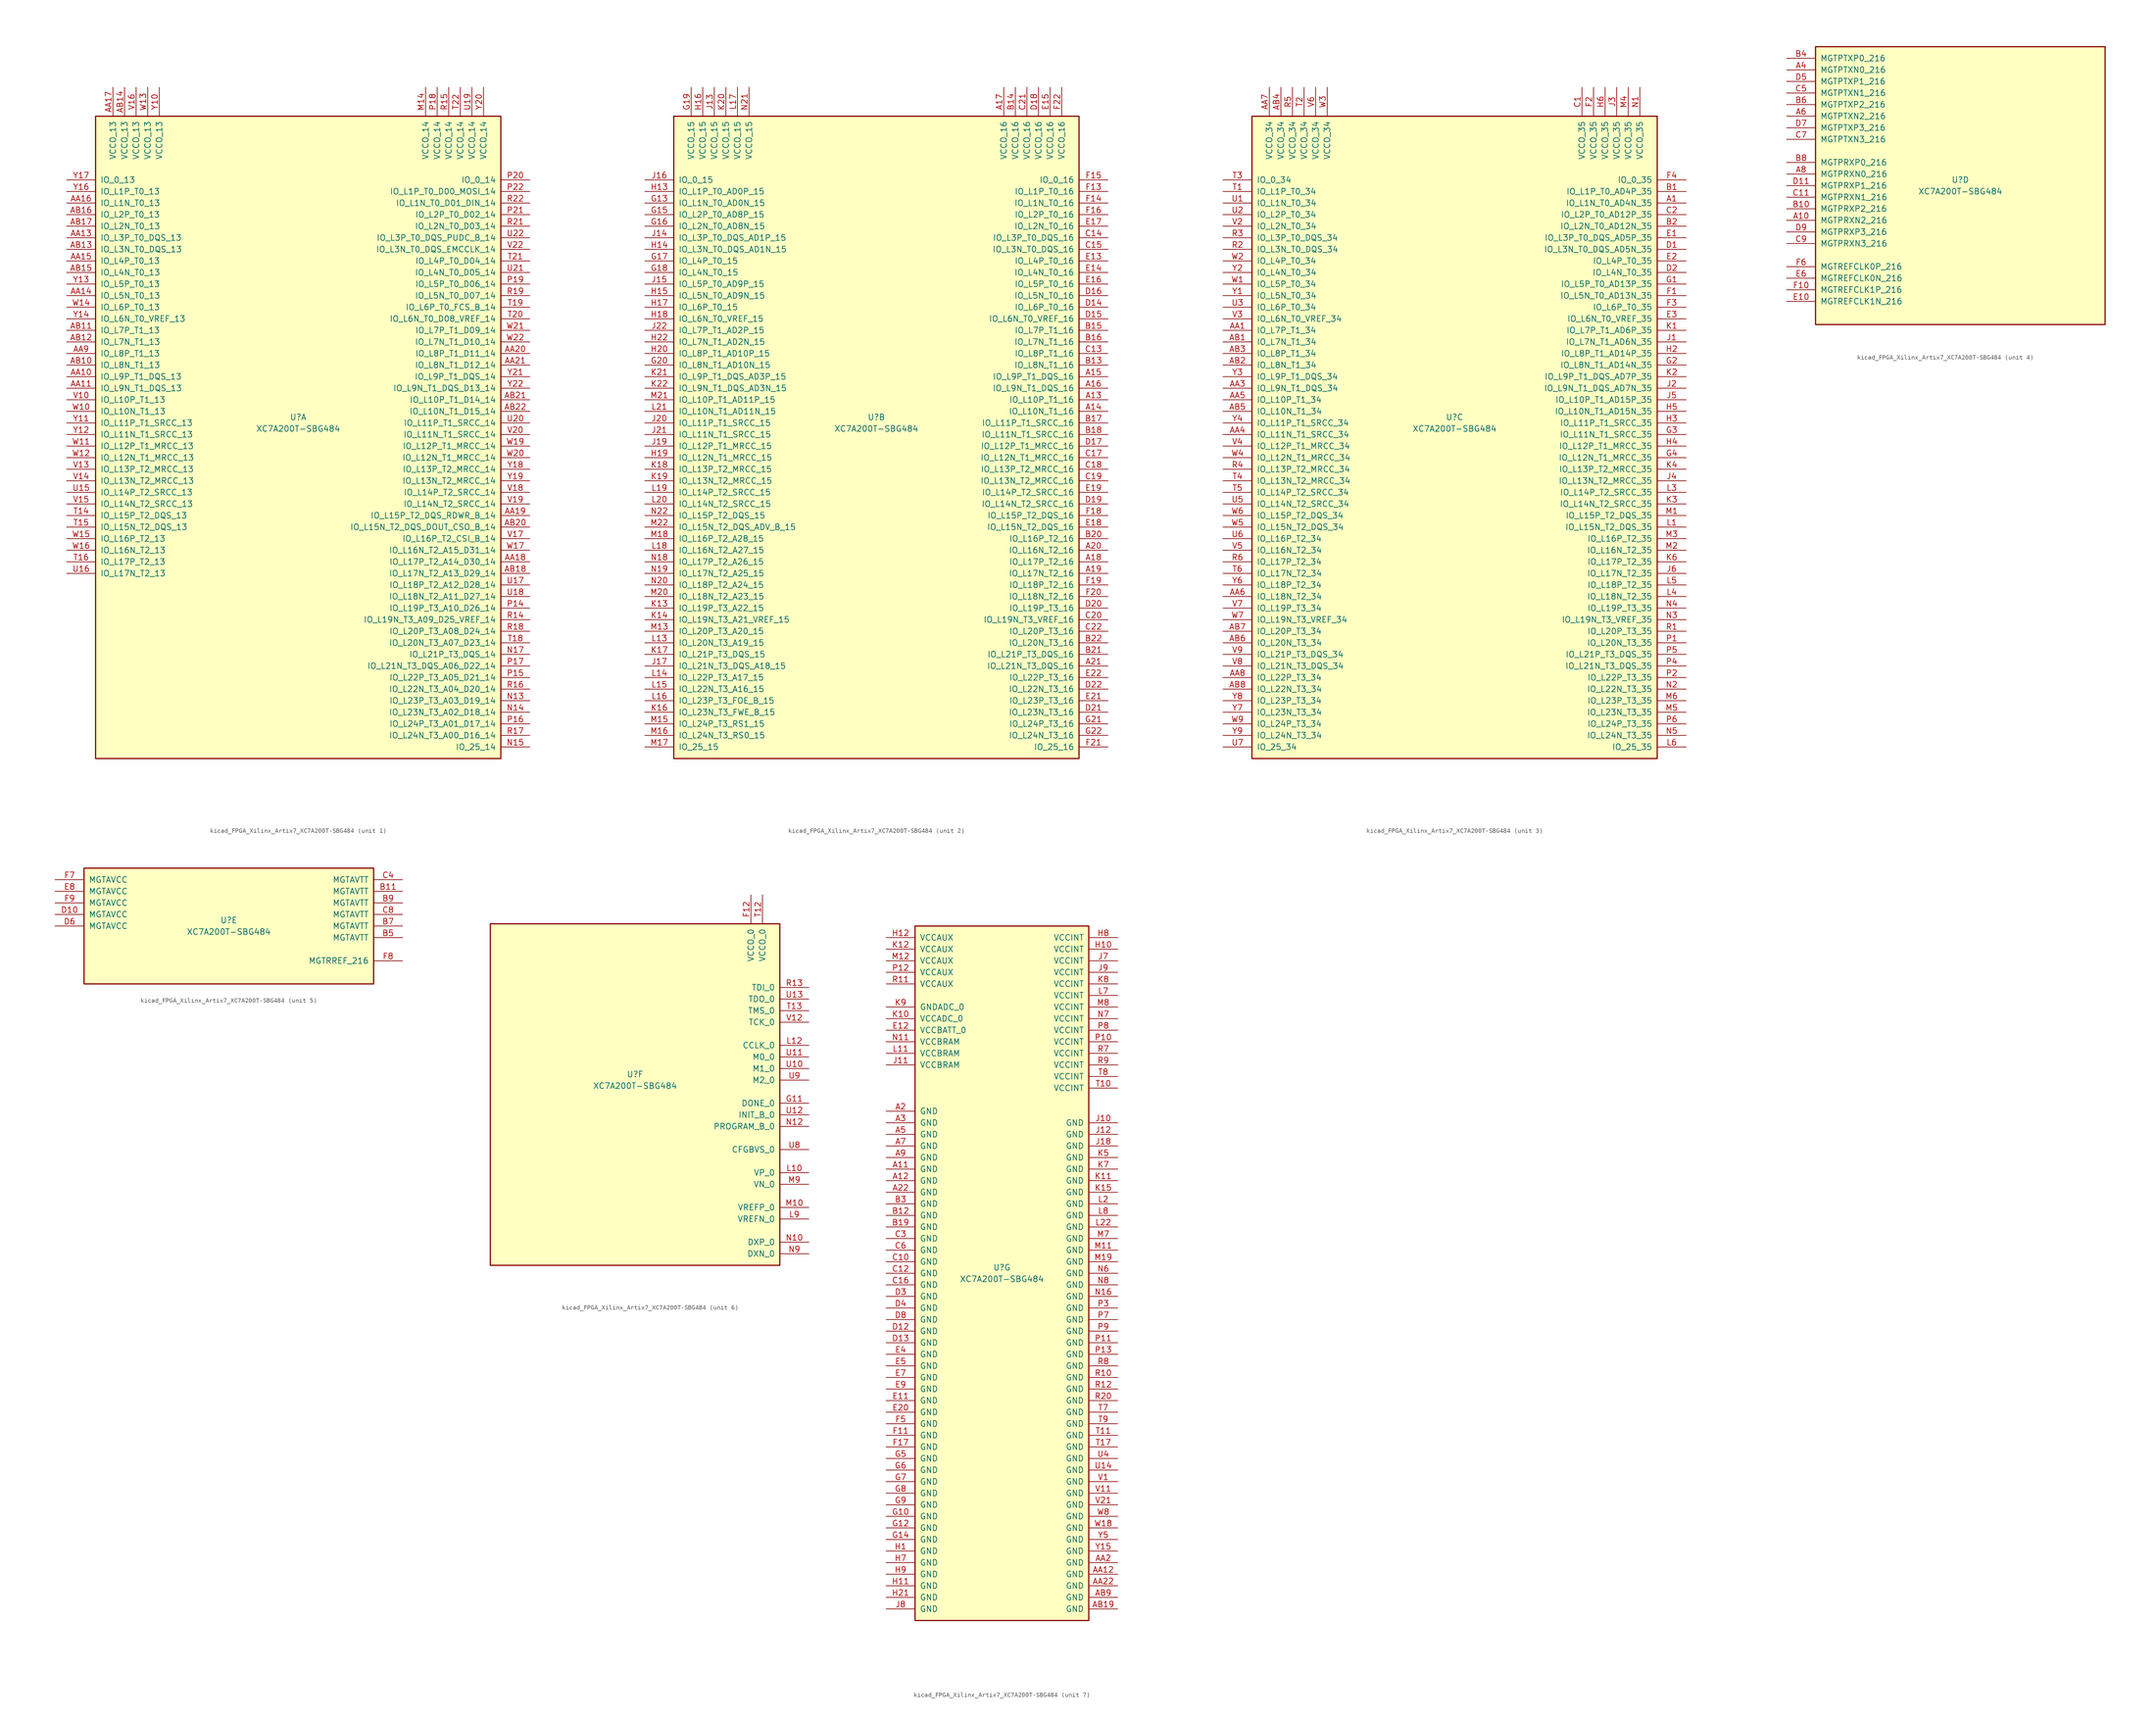
<source format=kicad_sym>
(kicad_symbol_lib
  (version 20220914)
  (generator kicad_symbol_editor)
  (symbol "kicad_FPGA_Xilinx_Artix7_XC7A200T-SBG484"
    (pin_names
      (offset 1.016))
    (property "Reference" "U"
      (at 0 1.27 0)
      (effects (font (size 1.27 1.27))))
    (property "Value" "XC7A200T-SBG484"
      (at 0 -1.27 0)
      (effects (font (size 1.27 1.27))))
    (property "Datasheet" ""
      (at 0 0 0)
      (effects (font (size 1.27 1.27))))
    (property "ki_locked" ""
      (at 0 0 0)
      (effects (font (size 1.27 1.27))))
    (symbol "kicad_FPGA_Xilinx_Artix7_XC7A200T-SBG484_1_1"
      (rectangle (start -44.45 67.31) (end 44.45 -73.66) (stroke (width 0.254) (type default)) (fill (type background)))
      (pin bidirectional line (at -50.8 10.16 0) (length 6.35) (name "IO_L9P_T1_DQS_13" (effects (font (size 1.27 1.27)))) (number "AA10" (effects (font (size 1.27 1.27)))))
      (pin bidirectional line (at -50.8 7.62 0) (length 6.35) (name "IO_L9N_T1_DQS_13" (effects (font (size 1.27 1.27)))) (number "AA11" (effects (font (size 1.27 1.27)))))
      (pin bidirectional line (at -50.8 40.64 0) (length 6.35) (name "IO_L3P_T0_DQS_13" (effects (font (size 1.27 1.27)))) (number "AA13" (effects (font (size 1.27 1.27)))))
      (pin bidirectional line (at -50.8 27.94 0) (length 6.35) (name "IO_L5N_T0_13" (effects (font (size 1.27 1.27)))) (number "AA14" (effects (font (size 1.27 1.27)))))
      (pin bidirectional line (at -50.8 35.56 0) (length 6.35) (name "IO_L4P_T0_13" (effects (font (size 1.27 1.27)))) (number "AA15" (effects (font (size 1.27 1.27)))))
      (pin bidirectional line (at -50.8 48.26 0) (length 6.35) (name "IO_L1N_T0_13" (effects (font (size 1.27 1.27)))) (number "AA16" (effects (font (size 1.27 1.27)))))
      (pin power_in line (at -40.64 73.66 270) (length 6.35) (name "VCCO_13" (effects (font (size 1.27 1.27)))) (number "AA17" (effects (font (size 1.27 1.27)))))
      (pin bidirectional line (at 50.8 -30.48 180) (length 6.35) (name "IO_L17P_T2_A14_D30_14" (effects (font (size 1.27 1.27)))) (number "AA18" (effects (font (size 1.27 1.27)))))
      (pin bidirectional line (at 50.8 -20.32 180) (length 6.35) (name "IO_L15P_T2_DQS_RDWR_B_14" (effects (font (size 1.27 1.27)))) (number "AA19" (effects (font (size 1.27 1.27)))))
      (pin bidirectional line (at 50.8 15.24 180) (length 6.35) (name "IO_L8P_T1_D11_14" (effects (font (size 1.27 1.27)))) (number "AA20" (effects (font (size 1.27 1.27)))))
      (pin bidirectional line (at 50.8 12.7 180) (length 6.35) (name "IO_L8N_T1_D12_14" (effects (font (size 1.27 1.27)))) (number "AA21" (effects (font (size 1.27 1.27)))))
      (pin bidirectional line (at -50.8 15.24 0) (length 6.35) (name "IO_L8P_T1_13" (effects (font (size 1.27 1.27)))) (number "AA9" (effects (font (size 1.27 1.27)))))
      (pin bidirectional line (at -50.8 12.7 0) (length 6.35) (name "IO_L8N_T1_13" (effects (font (size 1.27 1.27)))) (number "AB10" (effects (font (size 1.27 1.27)))))
      (pin bidirectional line (at -50.8 20.32 0) (length 6.35) (name "IO_L7P_T1_13" (effects (font (size 1.27 1.27)))) (number "AB11" (effects (font (size 1.27 1.27)))))
      (pin bidirectional line (at -50.8 17.78 0) (length 6.35) (name "IO_L7N_T1_13" (effects (font (size 1.27 1.27)))) (number "AB12" (effects (font (size 1.27 1.27)))))
      (pin bidirectional line (at -50.8 38.1 0) (length 6.35) (name "IO_L3N_T0_DQS_13" (effects (font (size 1.27 1.27)))) (number "AB13" (effects (font (size 1.27 1.27)))))
      (pin power_in line (at -38.1 73.66 270) (length 6.35) (name "VCCO_13" (effects (font (size 1.27 1.27)))) (number "AB14" (effects (font (size 1.27 1.27)))))
      (pin bidirectional line (at -50.8 33.02 0) (length 6.35) (name "IO_L4N_T0_13" (effects (font (size 1.27 1.27)))) (number "AB15" (effects (font (size 1.27 1.27)))))
      (pin bidirectional line (at -50.8 45.72 0) (length 6.35) (name "IO_L2P_T0_13" (effects (font (size 1.27 1.27)))) (number "AB16" (effects (font (size 1.27 1.27)))))
      (pin bidirectional line (at -50.8 43.18 0) (length 6.35) (name "IO_L2N_T0_13" (effects (font (size 1.27 1.27)))) (number "AB17" (effects (font (size 1.27 1.27)))))
      (pin bidirectional line (at 50.8 -33.02 180) (length 6.35) (name "IO_L17N_T2_A13_D29_14" (effects (font (size 1.27 1.27)))) (number "AB18" (effects (font (size 1.27 1.27)))))
      (pin bidirectional line (at 50.8 -22.86 180) (length 6.35) (name "IO_L15N_T2_DQS_DOUT_CSO_B_14" (effects (font (size 1.27 1.27)))) (number "AB20" (effects (font (size 1.27 1.27)))))
      (pin bidirectional line (at 50.8 5.08 180) (length 6.35) (name "IO_L10P_T1_D14_14" (effects (font (size 1.27 1.27)))) (number "AB21" (effects (font (size 1.27 1.27)))))
      (pin bidirectional line (at 50.8 2.54 180) (length 6.35) (name "IO_L10N_T1_D15_14" (effects (font (size 1.27 1.27)))) (number "AB22" (effects (font (size 1.27 1.27)))))
      (pin power_in line (at 27.94 73.66 270) (length 6.35) (name "VCCO_14" (effects (font (size 1.27 1.27)))) (number "M14" (effects (font (size 1.27 1.27)))))
      (pin bidirectional line (at 50.8 -60.96 180) (length 6.35) (name "IO_L23P_T3_A03_D19_14" (effects (font (size 1.27 1.27)))) (number "N13" (effects (font (size 1.27 1.27)))))
      (pin bidirectional line (at 50.8 -63.5 180) (length 6.35) (name "IO_L23N_T3_A02_D18_14" (effects (font (size 1.27 1.27)))) (number "N14" (effects (font (size 1.27 1.27)))))
      (pin bidirectional line (at 50.8 -71.12 180) (length 6.35) (name "IO_25_14" (effects (font (size 1.27 1.27)))) (number "N15" (effects (font (size 1.27 1.27)))))
      (pin bidirectional line (at 50.8 -50.8 180) (length 6.35) (name "IO_L21P_T3_DQS_14" (effects (font (size 1.27 1.27)))) (number "N17" (effects (font (size 1.27 1.27)))))
      (pin bidirectional line (at 50.8 -40.64 180) (length 6.35) (name "IO_L19P_T3_A10_D26_14" (effects (font (size 1.27 1.27)))) (number "P14" (effects (font (size 1.27 1.27)))))
      (pin bidirectional line (at 50.8 -55.88 180) (length 6.35) (name "IO_L22P_T3_A05_D21_14" (effects (font (size 1.27 1.27)))) (number "P15" (effects (font (size 1.27 1.27)))))
      (pin bidirectional line (at 50.8 -66.04 180) (length 6.35) (name "IO_L24P_T3_A01_D17_14" (effects (font (size 1.27 1.27)))) (number "P16" (effects (font (size 1.27 1.27)))))
      (pin bidirectional line (at 50.8 -53.34 180) (length 6.35) (name "IO_L21N_T3_DQS_A06_D22_14" (effects (font (size 1.27 1.27)))) (number "P17" (effects (font (size 1.27 1.27)))))
      (pin power_in line (at 30.48 73.66 270) (length 6.35) (name "VCCO_14" (effects (font (size 1.27 1.27)))) (number "P18" (effects (font (size 1.27 1.27)))))
      (pin bidirectional line (at 50.8 30.48 180) (length 6.35) (name "IO_L5P_T0_D06_14" (effects (font (size 1.27 1.27)))) (number "P19" (effects (font (size 1.27 1.27)))))
      (pin bidirectional line (at 50.8 53.34 180) (length 6.35) (name "IO_0_14" (effects (font (size 1.27 1.27)))) (number "P20" (effects (font (size 1.27 1.27)))))
      (pin bidirectional line (at 50.8 45.72 180) (length 6.35) (name "IO_L2P_T0_D02_14" (effects (font (size 1.27 1.27)))) (number "P21" (effects (font (size 1.27 1.27)))))
      (pin bidirectional line (at 50.8 50.8 180) (length 6.35) (name "IO_L1P_T0_D00_MOSI_14" (effects (font (size 1.27 1.27)))) (number "P22" (effects (font (size 1.27 1.27)))))
      (pin bidirectional line (at 50.8 -43.18 180) (length 6.35) (name "IO_L19N_T3_A09_D25_VREF_14" (effects (font (size 1.27 1.27)))) (number "R14" (effects (font (size 1.27 1.27)))))
      (pin power_in line (at 33.02 73.66 270) (length 6.35) (name "VCCO_14" (effects (font (size 1.27 1.27)))) (number "R15" (effects (font (size 1.27 1.27)))))
      (pin bidirectional line (at 50.8 -58.42 180) (length 6.35) (name "IO_L22N_T3_A04_D20_14" (effects (font (size 1.27 1.27)))) (number "R16" (effects (font (size 1.27 1.27)))))
      (pin bidirectional line (at 50.8 -68.58 180) (length 6.35) (name "IO_L24N_T3_A00_D16_14" (effects (font (size 1.27 1.27)))) (number "R17" (effects (font (size 1.27 1.27)))))
      (pin bidirectional line (at 50.8 -45.72 180) (length 6.35) (name "IO_L20P_T3_A08_D24_14" (effects (font (size 1.27 1.27)))) (number "R18" (effects (font (size 1.27 1.27)))))
      (pin bidirectional line (at 50.8 27.94 180) (length 6.35) (name "IO_L5N_T0_D07_14" (effects (font (size 1.27 1.27)))) (number "R19" (effects (font (size 1.27 1.27)))))
      (pin bidirectional line (at 50.8 43.18 180) (length 6.35) (name "IO_L2N_T0_D03_14" (effects (font (size 1.27 1.27)))) (number "R21" (effects (font (size 1.27 1.27)))))
      (pin bidirectional line (at 50.8 48.26 180) (length 6.35) (name "IO_L1N_T0_D01_DIN_14" (effects (font (size 1.27 1.27)))) (number "R22" (effects (font (size 1.27 1.27)))))
      (pin bidirectional line (at -50.8 -20.32 0) (length 6.35) (name "IO_L15P_T2_DQS_13" (effects (font (size 1.27 1.27)))) (number "T14" (effects (font (size 1.27 1.27)))))
      (pin bidirectional line (at -50.8 -22.86 0) (length 6.35) (name "IO_L15N_T2_DQS_13" (effects (font (size 1.27 1.27)))) (number "T15" (effects (font (size 1.27 1.27)))))
      (pin bidirectional line (at -50.8 -30.48 0) (length 6.35) (name "IO_L17P_T2_13" (effects (font (size 1.27 1.27)))) (number "T16" (effects (font (size 1.27 1.27)))))
      (pin bidirectional line (at 50.8 -48.26 180) (length 6.35) (name "IO_L20N_T3_A07_D23_14" (effects (font (size 1.27 1.27)))) (number "T18" (effects (font (size 1.27 1.27)))))
      (pin bidirectional line (at 50.8 25.4 180) (length 6.35) (name "IO_L6P_T0_FCS_B_14" (effects (font (size 1.27 1.27)))) (number "T19" (effects (font (size 1.27 1.27)))))
      (pin bidirectional line (at 50.8 22.86 180) (length 6.35) (name "IO_L6N_T0_D08_VREF_14" (effects (font (size 1.27 1.27)))) (number "T20" (effects (font (size 1.27 1.27)))))
      (pin bidirectional line (at 50.8 35.56 180) (length 6.35) (name "IO_L4P_T0_D04_14" (effects (font (size 1.27 1.27)))) (number "T21" (effects (font (size 1.27 1.27)))))
      (pin power_in line (at 35.56 73.66 270) (length 6.35) (name "VCCO_14" (effects (font (size 1.27 1.27)))) (number "T22" (effects (font (size 1.27 1.27)))))
      (pin bidirectional line (at -50.8 -15.24 0) (length 6.35) (name "IO_L14P_T2_SRCC_13" (effects (font (size 1.27 1.27)))) (number "U15" (effects (font (size 1.27 1.27)))))
      (pin bidirectional line (at -50.8 -33.02 0) (length 6.35) (name "IO_L17N_T2_13" (effects (font (size 1.27 1.27)))) (number "U16" (effects (font (size 1.27 1.27)))))
      (pin bidirectional line (at 50.8 -35.56 180) (length 6.35) (name "IO_L18P_T2_A12_D28_14" (effects (font (size 1.27 1.27)))) (number "U17" (effects (font (size 1.27 1.27)))))
      (pin bidirectional line (at 50.8 -38.1 180) (length 6.35) (name "IO_L18N_T2_A11_D27_14" (effects (font (size 1.27 1.27)))) (number "U18" (effects (font (size 1.27 1.27)))))
      (pin power_in line (at 38.1 73.66 270) (length 6.35) (name "VCCO_14" (effects (font (size 1.27 1.27)))) (number "U19" (effects (font (size 1.27 1.27)))))
      (pin bidirectional line (at 50.8 0 180) (length 6.35) (name "IO_L11P_T1_SRCC_14" (effects (font (size 1.27 1.27)))) (number "U20" (effects (font (size 1.27 1.27)))))
      (pin bidirectional line (at 50.8 33.02 180) (length 6.35) (name "IO_L4N_T0_D05_14" (effects (font (size 1.27 1.27)))) (number "U21" (effects (font (size 1.27 1.27)))))
      (pin bidirectional line (at 50.8 40.64 180) (length 6.35) (name "IO_L3P_T0_DQS_PUDC_B_14" (effects (font (size 1.27 1.27)))) (number "U22" (effects (font (size 1.27 1.27)))))
      (pin bidirectional line (at -50.8 5.08 0) (length 6.35) (name "IO_L10P_T1_13" (effects (font (size 1.27 1.27)))) (number "V10" (effects (font (size 1.27 1.27)))))
      (pin bidirectional line (at -50.8 -10.16 0) (length 6.35) (name "IO_L13P_T2_MRCC_13" (effects (font (size 1.27 1.27)))) (number "V13" (effects (font (size 1.27 1.27)))))
      (pin bidirectional line (at -50.8 -12.7 0) (length 6.35) (name "IO_L13N_T2_MRCC_13" (effects (font (size 1.27 1.27)))) (number "V14" (effects (font (size 1.27 1.27)))))
      (pin bidirectional line (at -50.8 -17.78 0) (length 6.35) (name "IO_L14N_T2_SRCC_13" (effects (font (size 1.27 1.27)))) (number "V15" (effects (font (size 1.27 1.27)))))
      (pin power_in line (at -35.56 73.66 270) (length 6.35) (name "VCCO_13" (effects (font (size 1.27 1.27)))) (number "V16" (effects (font (size 1.27 1.27)))))
      (pin bidirectional line (at 50.8 -25.4 180) (length 6.35) (name "IO_L16P_T2_CSI_B_14" (effects (font (size 1.27 1.27)))) (number "V17" (effects (font (size 1.27 1.27)))))
      (pin bidirectional line (at 50.8 -15.24 180) (length 6.35) (name "IO_L14P_T2_SRCC_14" (effects (font (size 1.27 1.27)))) (number "V18" (effects (font (size 1.27 1.27)))))
      (pin bidirectional line (at 50.8 -17.78 180) (length 6.35) (name "IO_L14N_T2_SRCC_14" (effects (font (size 1.27 1.27)))) (number "V19" (effects (font (size 1.27 1.27)))))
      (pin bidirectional line (at 50.8 -2.54 180) (length 6.35) (name "IO_L11N_T1_SRCC_14" (effects (font (size 1.27 1.27)))) (number "V20" (effects (font (size 1.27 1.27)))))
      (pin bidirectional line (at 50.8 38.1 180) (length 6.35) (name "IO_L3N_T0_DQS_EMCCLK_14" (effects (font (size 1.27 1.27)))) (number "V22" (effects (font (size 1.27 1.27)))))
      (pin bidirectional line (at -50.8 2.54 0) (length 6.35) (name "IO_L10N_T1_13" (effects (font (size 1.27 1.27)))) (number "W10" (effects (font (size 1.27 1.27)))))
      (pin bidirectional line (at -50.8 -5.08 0) (length 6.35) (name "IO_L12P_T1_MRCC_13" (effects (font (size 1.27 1.27)))) (number "W11" (effects (font (size 1.27 1.27)))))
      (pin bidirectional line (at -50.8 -7.62 0) (length 6.35) (name "IO_L12N_T1_MRCC_13" (effects (font (size 1.27 1.27)))) (number "W12" (effects (font (size 1.27 1.27)))))
      (pin power_in line (at -33.02 73.66 270) (length 6.35) (name "VCCO_13" (effects (font (size 1.27 1.27)))) (number "W13" (effects (font (size 1.27 1.27)))))
      (pin bidirectional line (at -50.8 25.4 0) (length 6.35) (name "IO_L6P_T0_13" (effects (font (size 1.27 1.27)))) (number "W14" (effects (font (size 1.27 1.27)))))
      (pin bidirectional line (at -50.8 -25.4 0) (length 6.35) (name "IO_L16P_T2_13" (effects (font (size 1.27 1.27)))) (number "W15" (effects (font (size 1.27 1.27)))))
      (pin bidirectional line (at -50.8 -27.94 0) (length 6.35) (name "IO_L16N_T2_13" (effects (font (size 1.27 1.27)))) (number "W16" (effects (font (size 1.27 1.27)))))
      (pin bidirectional line (at 50.8 -27.94 180) (length 6.35) (name "IO_L16N_T2_A15_D31_14" (effects (font (size 1.27 1.27)))) (number "W17" (effects (font (size 1.27 1.27)))))
      (pin bidirectional line (at 50.8 -5.08 180) (length 6.35) (name "IO_L12P_T1_MRCC_14" (effects (font (size 1.27 1.27)))) (number "W19" (effects (font (size 1.27 1.27)))))
      (pin bidirectional line (at 50.8 -7.62 180) (length 6.35) (name "IO_L12N_T1_MRCC_14" (effects (font (size 1.27 1.27)))) (number "W20" (effects (font (size 1.27 1.27)))))
      (pin bidirectional line (at 50.8 20.32 180) (length 6.35) (name "IO_L7P_T1_D09_14" (effects (font (size 1.27 1.27)))) (number "W21" (effects (font (size 1.27 1.27)))))
      (pin bidirectional line (at 50.8 17.78 180) (length 6.35) (name "IO_L7N_T1_D10_14" (effects (font (size 1.27 1.27)))) (number "W22" (effects (font (size 1.27 1.27)))))
      (pin power_in line (at -30.48 73.66 270) (length 6.35) (name "VCCO_13" (effects (font (size 1.27 1.27)))) (number "Y10" (effects (font (size 1.27 1.27)))))
      (pin bidirectional line (at -50.8 0 0) (length 6.35) (name "IO_L11P_T1_SRCC_13" (effects (font (size 1.27 1.27)))) (number "Y11" (effects (font (size 1.27 1.27)))))
      (pin bidirectional line (at -50.8 -2.54 0) (length 6.35) (name "IO_L11N_T1_SRCC_13" (effects (font (size 1.27 1.27)))) (number "Y12" (effects (font (size 1.27 1.27)))))
      (pin bidirectional line (at -50.8 30.48 0) (length 6.35) (name "IO_L5P_T0_13" (effects (font (size 1.27 1.27)))) (number "Y13" (effects (font (size 1.27 1.27)))))
      (pin bidirectional line (at -50.8 22.86 0) (length 6.35) (name "IO_L6N_T0_VREF_13" (effects (font (size 1.27 1.27)))) (number "Y14" (effects (font (size 1.27 1.27)))))
      (pin bidirectional line (at -50.8 50.8 0) (length 6.35) (name "IO_L1P_T0_13" (effects (font (size 1.27 1.27)))) (number "Y16" (effects (font (size 1.27 1.27)))))
      (pin bidirectional line (at -50.8 53.34 0) (length 6.35) (name "IO_0_13" (effects (font (size 1.27 1.27)))) (number "Y17" (effects (font (size 1.27 1.27)))))
      (pin bidirectional line (at 50.8 -10.16 180) (length 6.35) (name "IO_L13P_T2_MRCC_14" (effects (font (size 1.27 1.27)))) (number "Y18" (effects (font (size 1.27 1.27)))))
      (pin bidirectional line (at 50.8 -12.7 180) (length 6.35) (name "IO_L13N_T2_MRCC_14" (effects (font (size 1.27 1.27)))) (number "Y19" (effects (font (size 1.27 1.27)))))
      (pin power_in line (at 40.64 73.66 270) (length 6.35) (name "VCCO_14" (effects (font (size 1.27 1.27)))) (number "Y20" (effects (font (size 1.27 1.27)))))
      (pin bidirectional line (at 50.8 10.16 180) (length 6.35) (name "IO_L9P_T1_DQS_14" (effects (font (size 1.27 1.27)))) (number "Y21" (effects (font (size 1.27 1.27)))))
      (pin bidirectional line (at 50.8 7.62 180) (length 6.35) (name "IO_L9N_T1_DQS_D13_14" (effects (font (size 1.27 1.27)))) (number "Y22" (effects (font (size 1.27 1.27))))))
    (symbol "kicad_FPGA_Xilinx_Artix7_XC7A200T-SBG484_2_1"
      (rectangle (start -44.45 67.31) (end 44.45 -73.66) (stroke (width 0.254) (type default)) (fill (type background)))
      (pin bidirectional line (at 50.8 5.08 180) (length 6.35) (name "IO_L10P_T1_16" (effects (font (size 1.27 1.27)))) (number "A13" (effects (font (size 1.27 1.27)))))
      (pin bidirectional line (at 50.8 2.54 180) (length 6.35) (name "IO_L10N_T1_16" (effects (font (size 1.27 1.27)))) (number "A14" (effects (font (size 1.27 1.27)))))
      (pin bidirectional line (at 50.8 10.16 180) (length 6.35) (name "IO_L9P_T1_DQS_16" (effects (font (size 1.27 1.27)))) (number "A15" (effects (font (size 1.27 1.27)))))
      (pin bidirectional line (at 50.8 7.62 180) (length 6.35) (name "IO_L9N_T1_DQS_16" (effects (font (size 1.27 1.27)))) (number "A16" (effects (font (size 1.27 1.27)))))
      (pin power_in line (at 27.94 73.66 270) (length 6.35) (name "VCCO_16" (effects (font (size 1.27 1.27)))) (number "A17" (effects (font (size 1.27 1.27)))))
      (pin bidirectional line (at 50.8 -30.48 180) (length 6.35) (name "IO_L17P_T2_16" (effects (font (size 1.27 1.27)))) (number "A18" (effects (font (size 1.27 1.27)))))
      (pin bidirectional line (at 50.8 -33.02 180) (length 6.35) (name "IO_L17N_T2_16" (effects (font (size 1.27 1.27)))) (number "A19" (effects (font (size 1.27 1.27)))))
      (pin bidirectional line (at 50.8 -27.94 180) (length 6.35) (name "IO_L16N_T2_16" (effects (font (size 1.27 1.27)))) (number "A20" (effects (font (size 1.27 1.27)))))
      (pin bidirectional line (at 50.8 -53.34 180) (length 6.35) (name "IO_L21N_T3_DQS_16" (effects (font (size 1.27 1.27)))) (number "A21" (effects (font (size 1.27 1.27)))))
      (pin bidirectional line (at 50.8 12.7 180) (length 6.35) (name "IO_L8N_T1_16" (effects (font (size 1.27 1.27)))) (number "B13" (effects (font (size 1.27 1.27)))))
      (pin power_in line (at 30.48 73.66 270) (length 6.35) (name "VCCO_16" (effects (font (size 1.27 1.27)))) (number "B14" (effects (font (size 1.27 1.27)))))
      (pin bidirectional line (at 50.8 20.32 180) (length 6.35) (name "IO_L7P_T1_16" (effects (font (size 1.27 1.27)))) (number "B15" (effects (font (size 1.27 1.27)))))
      (pin bidirectional line (at 50.8 17.78 180) (length 6.35) (name "IO_L7N_T1_16" (effects (font (size 1.27 1.27)))) (number "B16" (effects (font (size 1.27 1.27)))))
      (pin bidirectional line (at 50.8 0 180) (length 6.35) (name "IO_L11P_T1_SRCC_16" (effects (font (size 1.27 1.27)))) (number "B17" (effects (font (size 1.27 1.27)))))
      (pin bidirectional line (at 50.8 -2.54 180) (length 6.35) (name "IO_L11N_T1_SRCC_16" (effects (font (size 1.27 1.27)))) (number "B18" (effects (font (size 1.27 1.27)))))
      (pin bidirectional line (at 50.8 -25.4 180) (length 6.35) (name "IO_L16P_T2_16" (effects (font (size 1.27 1.27)))) (number "B20" (effects (font (size 1.27 1.27)))))
      (pin bidirectional line (at 50.8 -50.8 180) (length 6.35) (name "IO_L21P_T3_DQS_16" (effects (font (size 1.27 1.27)))) (number "B21" (effects (font (size 1.27 1.27)))))
      (pin bidirectional line (at 50.8 -48.26 180) (length 6.35) (name "IO_L20N_T3_16" (effects (font (size 1.27 1.27)))) (number "B22" (effects (font (size 1.27 1.27)))))
      (pin bidirectional line (at 50.8 15.24 180) (length 6.35) (name "IO_L8P_T1_16" (effects (font (size 1.27 1.27)))) (number "C13" (effects (font (size 1.27 1.27)))))
      (pin bidirectional line (at 50.8 40.64 180) (length 6.35) (name "IO_L3P_T0_DQS_16" (effects (font (size 1.27 1.27)))) (number "C14" (effects (font (size 1.27 1.27)))))
      (pin bidirectional line (at 50.8 38.1 180) (length 6.35) (name "IO_L3N_T0_DQS_16" (effects (font (size 1.27 1.27)))) (number "C15" (effects (font (size 1.27 1.27)))))
      (pin bidirectional line (at 50.8 -7.62 180) (length 6.35) (name "IO_L12N_T1_MRCC_16" (effects (font (size 1.27 1.27)))) (number "C17" (effects (font (size 1.27 1.27)))))
      (pin bidirectional line (at 50.8 -10.16 180) (length 6.35) (name "IO_L13P_T2_MRCC_16" (effects (font (size 1.27 1.27)))) (number "C18" (effects (font (size 1.27 1.27)))))
      (pin bidirectional line (at 50.8 -12.7 180) (length 6.35) (name "IO_L13N_T2_MRCC_16" (effects (font (size 1.27 1.27)))) (number "C19" (effects (font (size 1.27 1.27)))))
      (pin bidirectional line (at 50.8 -43.18 180) (length 6.35) (name "IO_L19N_T3_VREF_16" (effects (font (size 1.27 1.27)))) (number "C20" (effects (font (size 1.27 1.27)))))
      (pin power_in line (at 33.02 73.66 270) (length 6.35) (name "VCCO_16" (effects (font (size 1.27 1.27)))) (number "C21" (effects (font (size 1.27 1.27)))))
      (pin bidirectional line (at 50.8 -45.72 180) (length 6.35) (name "IO_L20P_T3_16" (effects (font (size 1.27 1.27)))) (number "C22" (effects (font (size 1.27 1.27)))))
      (pin bidirectional line (at 50.8 25.4 180) (length 6.35) (name "IO_L6P_T0_16" (effects (font (size 1.27 1.27)))) (number "D14" (effects (font (size 1.27 1.27)))))
      (pin bidirectional line (at 50.8 22.86 180) (length 6.35) (name "IO_L6N_T0_VREF_16" (effects (font (size 1.27 1.27)))) (number "D15" (effects (font (size 1.27 1.27)))))
      (pin bidirectional line (at 50.8 27.94 180) (length 6.35) (name "IO_L5N_T0_16" (effects (font (size 1.27 1.27)))) (number "D16" (effects (font (size 1.27 1.27)))))
      (pin bidirectional line (at 50.8 -5.08 180) (length 6.35) (name "IO_L12P_T1_MRCC_16" (effects (font (size 1.27 1.27)))) (number "D17" (effects (font (size 1.27 1.27)))))
      (pin power_in line (at 35.56 73.66 270) (length 6.35) (name "VCCO_16" (effects (font (size 1.27 1.27)))) (number "D18" (effects (font (size 1.27 1.27)))))
      (pin bidirectional line (at 50.8 -17.78 180) (length 6.35) (name "IO_L14N_T2_SRCC_16" (effects (font (size 1.27 1.27)))) (number "D19" (effects (font (size 1.27 1.27)))))
      (pin bidirectional line (at 50.8 -40.64 180) (length 6.35) (name "IO_L19P_T3_16" (effects (font (size 1.27 1.27)))) (number "D20" (effects (font (size 1.27 1.27)))))
      (pin bidirectional line (at 50.8 -63.5 180) (length 6.35) (name "IO_L23N_T3_16" (effects (font (size 1.27 1.27)))) (number "D21" (effects (font (size 1.27 1.27)))))
      (pin bidirectional line (at 50.8 -58.42 180) (length 6.35) (name "IO_L22N_T3_16" (effects (font (size 1.27 1.27)))) (number "D22" (effects (font (size 1.27 1.27)))))
      (pin bidirectional line (at 50.8 35.56 180) (length 6.35) (name "IO_L4P_T0_16" (effects (font (size 1.27 1.27)))) (number "E13" (effects (font (size 1.27 1.27)))))
      (pin bidirectional line (at 50.8 33.02 180) (length 6.35) (name "IO_L4N_T0_16" (effects (font (size 1.27 1.27)))) (number "E14" (effects (font (size 1.27 1.27)))))
      (pin power_in line (at 38.1 73.66 270) (length 6.35) (name "VCCO_16" (effects (font (size 1.27 1.27)))) (number "E15" (effects (font (size 1.27 1.27)))))
      (pin bidirectional line (at 50.8 30.48 180) (length 6.35) (name "IO_L5P_T0_16" (effects (font (size 1.27 1.27)))) (number "E16" (effects (font (size 1.27 1.27)))))
      (pin bidirectional line (at 50.8 43.18 180) (length 6.35) (name "IO_L2N_T0_16" (effects (font (size 1.27 1.27)))) (number "E17" (effects (font (size 1.27 1.27)))))
      (pin bidirectional line (at 50.8 -22.86 180) (length 6.35) (name "IO_L15N_T2_DQS_16" (effects (font (size 1.27 1.27)))) (number "E18" (effects (font (size 1.27 1.27)))))
      (pin bidirectional line (at 50.8 -15.24 180) (length 6.35) (name "IO_L14P_T2_SRCC_16" (effects (font (size 1.27 1.27)))) (number "E19" (effects (font (size 1.27 1.27)))))
      (pin bidirectional line (at 50.8 -60.96 180) (length 6.35) (name "IO_L23P_T3_16" (effects (font (size 1.27 1.27)))) (number "E21" (effects (font (size 1.27 1.27)))))
      (pin bidirectional line (at 50.8 -55.88 180) (length 6.35) (name "IO_L22P_T3_16" (effects (font (size 1.27 1.27)))) (number "E22" (effects (font (size 1.27 1.27)))))
      (pin bidirectional line (at 50.8 50.8 180) (length 6.35) (name "IO_L1P_T0_16" (effects (font (size 1.27 1.27)))) (number "F13" (effects (font (size 1.27 1.27)))))
      (pin bidirectional line (at 50.8 48.26 180) (length 6.35) (name "IO_L1N_T0_16" (effects (font (size 1.27 1.27)))) (number "F14" (effects (font (size 1.27 1.27)))))
      (pin bidirectional line (at 50.8 53.34 180) (length 6.35) (name "IO_0_16" (effects (font (size 1.27 1.27)))) (number "F15" (effects (font (size 1.27 1.27)))))
      (pin bidirectional line (at 50.8 45.72 180) (length 6.35) (name "IO_L2P_T0_16" (effects (font (size 1.27 1.27)))) (number "F16" (effects (font (size 1.27 1.27)))))
      (pin bidirectional line (at 50.8 -20.32 180) (length 6.35) (name "IO_L15P_T2_DQS_16" (effects (font (size 1.27 1.27)))) (number "F18" (effects (font (size 1.27 1.27)))))
      (pin bidirectional line (at 50.8 -35.56 180) (length 6.35) (name "IO_L18P_T2_16" (effects (font (size 1.27 1.27)))) (number "F19" (effects (font (size 1.27 1.27)))))
      (pin bidirectional line (at 50.8 -38.1 180) (length 6.35) (name "IO_L18N_T2_16" (effects (font (size 1.27 1.27)))) (number "F20" (effects (font (size 1.27 1.27)))))
      (pin bidirectional line (at 50.8 -71.12 180) (length 6.35) (name "IO_25_16" (effects (font (size 1.27 1.27)))) (number "F21" (effects (font (size 1.27 1.27)))))
      (pin power_in line (at 40.64 73.66 270) (length 6.35) (name "VCCO_16" (effects (font (size 1.27 1.27)))) (number "F22" (effects (font (size 1.27 1.27)))))
      (pin bidirectional line (at -50.8 48.26 0) (length 6.35) (name "IO_L1N_T0_AD0N_15" (effects (font (size 1.27 1.27)))) (number "G13" (effects (font (size 1.27 1.27)))))
      (pin bidirectional line (at -50.8 45.72 0) (length 6.35) (name "IO_L2P_T0_AD8P_15" (effects (font (size 1.27 1.27)))) (number "G15" (effects (font (size 1.27 1.27)))))
      (pin bidirectional line (at -50.8 43.18 0) (length 6.35) (name "IO_L2N_T0_AD8N_15" (effects (font (size 1.27 1.27)))) (number "G16" (effects (font (size 1.27 1.27)))))
      (pin bidirectional line (at -50.8 35.56 0) (length 6.35) (name "IO_L4P_T0_15" (effects (font (size 1.27 1.27)))) (number "G17" (effects (font (size 1.27 1.27)))))
      (pin bidirectional line (at -50.8 33.02 0) (length 6.35) (name "IO_L4N_T0_15" (effects (font (size 1.27 1.27)))) (number "G18" (effects (font (size 1.27 1.27)))))
      (pin power_in line (at -40.64 73.66 270) (length 6.35) (name "VCCO_15" (effects (font (size 1.27 1.27)))) (number "G19" (effects (font (size 1.27 1.27)))))
      (pin bidirectional line (at -50.8 12.7 0) (length 6.35) (name "IO_L8N_T1_AD10N_15" (effects (font (size 1.27 1.27)))) (number "G20" (effects (font (size 1.27 1.27)))))
      (pin bidirectional line (at 50.8 -66.04 180) (length 6.35) (name "IO_L24P_T3_16" (effects (font (size 1.27 1.27)))) (number "G21" (effects (font (size 1.27 1.27)))))
      (pin bidirectional line (at 50.8 -68.58 180) (length 6.35) (name "IO_L24N_T3_16" (effects (font (size 1.27 1.27)))) (number "G22" (effects (font (size 1.27 1.27)))))
      (pin bidirectional line (at -50.8 50.8 0) (length 6.35) (name "IO_L1P_T0_AD0P_15" (effects (font (size 1.27 1.27)))) (number "H13" (effects (font (size 1.27 1.27)))))
      (pin bidirectional line (at -50.8 38.1 0) (length 6.35) (name "IO_L3N_T0_DQS_AD1N_15" (effects (font (size 1.27 1.27)))) (number "H14" (effects (font (size 1.27 1.27)))))
      (pin bidirectional line (at -50.8 27.94 0) (length 6.35) (name "IO_L5N_T0_AD9N_15" (effects (font (size 1.27 1.27)))) (number "H15" (effects (font (size 1.27 1.27)))))
      (pin power_in line (at -38.1 73.66 270) (length 6.35) (name "VCCO_15" (effects (font (size 1.27 1.27)))) (number "H16" (effects (font (size 1.27 1.27)))))
      (pin bidirectional line (at -50.8 25.4 0) (length 6.35) (name "IO_L6P_T0_15" (effects (font (size 1.27 1.27)))) (number "H17" (effects (font (size 1.27 1.27)))))
      (pin bidirectional line (at -50.8 22.86 0) (length 6.35) (name "IO_L6N_T0_VREF_15" (effects (font (size 1.27 1.27)))) (number "H18" (effects (font (size 1.27 1.27)))))
      (pin bidirectional line (at -50.8 -7.62 0) (length 6.35) (name "IO_L12N_T1_MRCC_15" (effects (font (size 1.27 1.27)))) (number "H19" (effects (font (size 1.27 1.27)))))
      (pin bidirectional line (at -50.8 15.24 0) (length 6.35) (name "IO_L8P_T1_AD10P_15" (effects (font (size 1.27 1.27)))) (number "H20" (effects (font (size 1.27 1.27)))))
      (pin bidirectional line (at -50.8 17.78 0) (length 6.35) (name "IO_L7N_T1_AD2N_15" (effects (font (size 1.27 1.27)))) (number "H22" (effects (font (size 1.27 1.27)))))
      (pin power_in line (at -35.56 73.66 270) (length 6.35) (name "VCCO_15" (effects (font (size 1.27 1.27)))) (number "J13" (effects (font (size 1.27 1.27)))))
      (pin bidirectional line (at -50.8 40.64 0) (length 6.35) (name "IO_L3P_T0_DQS_AD1P_15" (effects (font (size 1.27 1.27)))) (number "J14" (effects (font (size 1.27 1.27)))))
      (pin bidirectional line (at -50.8 30.48 0) (length 6.35) (name "IO_L5P_T0_AD9P_15" (effects (font (size 1.27 1.27)))) (number "J15" (effects (font (size 1.27 1.27)))))
      (pin bidirectional line (at -50.8 53.34 0) (length 6.35) (name "IO_0_15" (effects (font (size 1.27 1.27)))) (number "J16" (effects (font (size 1.27 1.27)))))
      (pin bidirectional line (at -50.8 -53.34 0) (length 6.35) (name "IO_L21N_T3_DQS_A18_15" (effects (font (size 1.27 1.27)))) (number "J17" (effects (font (size 1.27 1.27)))))
      (pin bidirectional line (at -50.8 -5.08 0) (length 6.35) (name "IO_L12P_T1_MRCC_15" (effects (font (size 1.27 1.27)))) (number "J19" (effects (font (size 1.27 1.27)))))
      (pin bidirectional line (at -50.8 0 0) (length 6.35) (name "IO_L11P_T1_SRCC_15" (effects (font (size 1.27 1.27)))) (number "J20" (effects (font (size 1.27 1.27)))))
      (pin bidirectional line (at -50.8 -2.54 0) (length 6.35) (name "IO_L11N_T1_SRCC_15" (effects (font (size 1.27 1.27)))) (number "J21" (effects (font (size 1.27 1.27)))))
      (pin bidirectional line (at -50.8 20.32 0) (length 6.35) (name "IO_L7P_T1_AD2P_15" (effects (font (size 1.27 1.27)))) (number "J22" (effects (font (size 1.27 1.27)))))
      (pin bidirectional line (at -50.8 -40.64 0) (length 6.35) (name "IO_L19P_T3_A22_15" (effects (font (size 1.27 1.27)))) (number "K13" (effects (font (size 1.27 1.27)))))
      (pin bidirectional line (at -50.8 -43.18 0) (length 6.35) (name "IO_L19N_T3_A21_VREF_15" (effects (font (size 1.27 1.27)))) (number "K14" (effects (font (size 1.27 1.27)))))
      (pin bidirectional line (at -50.8 -63.5 0) (length 6.35) (name "IO_L23N_T3_FWE_B_15" (effects (font (size 1.27 1.27)))) (number "K16" (effects (font (size 1.27 1.27)))))
      (pin bidirectional line (at -50.8 -50.8 0) (length 6.35) (name "IO_L21P_T3_DQS_15" (effects (font (size 1.27 1.27)))) (number "K17" (effects (font (size 1.27 1.27)))))
      (pin bidirectional line (at -50.8 -10.16 0) (length 6.35) (name "IO_L13P_T2_MRCC_15" (effects (font (size 1.27 1.27)))) (number "K18" (effects (font (size 1.27 1.27)))))
      (pin bidirectional line (at -50.8 -12.7 0) (length 6.35) (name "IO_L13N_T2_MRCC_15" (effects (font (size 1.27 1.27)))) (number "K19" (effects (font (size 1.27 1.27)))))
      (pin power_in line (at -33.02 73.66 270) (length 6.35) (name "VCCO_15" (effects (font (size 1.27 1.27)))) (number "K20" (effects (font (size 1.27 1.27)))))
      (pin bidirectional line (at -50.8 10.16 0) (length 6.35) (name "IO_L9P_T1_DQS_AD3P_15" (effects (font (size 1.27 1.27)))) (number "K21" (effects (font (size 1.27 1.27)))))
      (pin bidirectional line (at -50.8 7.62 0) (length 6.35) (name "IO_L9N_T1_DQS_AD3N_15" (effects (font (size 1.27 1.27)))) (number "K22" (effects (font (size 1.27 1.27)))))
      (pin bidirectional line (at -50.8 -48.26 0) (length 6.35) (name "IO_L20N_T3_A19_15" (effects (font (size 1.27 1.27)))) (number "L13" (effects (font (size 1.27 1.27)))))
      (pin bidirectional line (at -50.8 -55.88 0) (length 6.35) (name "IO_L22P_T3_A17_15" (effects (font (size 1.27 1.27)))) (number "L14" (effects (font (size 1.27 1.27)))))
      (pin bidirectional line (at -50.8 -58.42 0) (length 6.35) (name "IO_L22N_T3_A16_15" (effects (font (size 1.27 1.27)))) (number "L15" (effects (font (size 1.27 1.27)))))
      (pin bidirectional line (at -50.8 -60.96 0) (length 6.35) (name "IO_L23P_T3_FOE_B_15" (effects (font (size 1.27 1.27)))) (number "L16" (effects (font (size 1.27 1.27)))))
      (pin power_in line (at -30.48 73.66 270) (length 6.35) (name "VCCO_15" (effects (font (size 1.27 1.27)))) (number "L17" (effects (font (size 1.27 1.27)))))
      (pin bidirectional line (at -50.8 -27.94 0) (length 6.35) (name "IO_L16N_T2_A27_15" (effects (font (size 1.27 1.27)))) (number "L18" (effects (font (size 1.27 1.27)))))
      (pin bidirectional line (at -50.8 -15.24 0) (length 6.35) (name "IO_L14P_T2_SRCC_15" (effects (font (size 1.27 1.27)))) (number "L19" (effects (font (size 1.27 1.27)))))
      (pin bidirectional line (at -50.8 -17.78 0) (length 6.35) (name "IO_L14N_T2_SRCC_15" (effects (font (size 1.27 1.27)))) (number "L20" (effects (font (size 1.27 1.27)))))
      (pin bidirectional line (at -50.8 2.54 0) (length 6.35) (name "IO_L10N_T1_AD11N_15" (effects (font (size 1.27 1.27)))) (number "L21" (effects (font (size 1.27 1.27)))))
      (pin bidirectional line (at -50.8 -45.72 0) (length 6.35) (name "IO_L20P_T3_A20_15" (effects (font (size 1.27 1.27)))) (number "M13" (effects (font (size 1.27 1.27)))))
      (pin bidirectional line (at -50.8 -66.04 0) (length 6.35) (name "IO_L24P_T3_RS1_15" (effects (font (size 1.27 1.27)))) (number "M15" (effects (font (size 1.27 1.27)))))
      (pin bidirectional line (at -50.8 -68.58 0) (length 6.35) (name "IO_L24N_T3_RS0_15" (effects (font (size 1.27 1.27)))) (number "M16" (effects (font (size 1.27 1.27)))))
      (pin bidirectional line (at -50.8 -71.12 0) (length 6.35) (name "IO_25_15" (effects (font (size 1.27 1.27)))) (number "M17" (effects (font (size 1.27 1.27)))))
      (pin bidirectional line (at -50.8 -25.4 0) (length 6.35) (name "IO_L16P_T2_A28_15" (effects (font (size 1.27 1.27)))) (number "M18" (effects (font (size 1.27 1.27)))))
      (pin bidirectional line (at -50.8 -38.1 0) (length 6.35) (name "IO_L18N_T2_A23_15" (effects (font (size 1.27 1.27)))) (number "M20" (effects (font (size 1.27 1.27)))))
      (pin bidirectional line (at -50.8 5.08 0) (length 6.35) (name "IO_L10P_T1_AD11P_15" (effects (font (size 1.27 1.27)))) (number "M21" (effects (font (size 1.27 1.27)))))
      (pin bidirectional line (at -50.8 -22.86 0) (length 6.35) (name "IO_L15N_T2_DQS_ADV_B_15" (effects (font (size 1.27 1.27)))) (number "M22" (effects (font (size 1.27 1.27)))))
      (pin bidirectional line (at -50.8 -30.48 0) (length 6.35) (name "IO_L17P_T2_A26_15" (effects (font (size 1.27 1.27)))) (number "N18" (effects (font (size 1.27 1.27)))))
      (pin bidirectional line (at -50.8 -33.02 0) (length 6.35) (name "IO_L17N_T2_A25_15" (effects (font (size 1.27 1.27)))) (number "N19" (effects (font (size 1.27 1.27)))))
      (pin bidirectional line (at -50.8 -35.56 0) (length 6.35) (name "IO_L18P_T2_A24_15" (effects (font (size 1.27 1.27)))) (number "N20" (effects (font (size 1.27 1.27)))))
      (pin power_in line (at -27.94 73.66 270) (length 6.35) (name "VCCO_15" (effects (font (size 1.27 1.27)))) (number "N21" (effects (font (size 1.27 1.27)))))
      (pin bidirectional line (at -50.8 -20.32 0) (length 6.35) (name "IO_L15P_T2_DQS_15" (effects (font (size 1.27 1.27)))) (number "N22" (effects (font (size 1.27 1.27))))))
    (symbol "kicad_FPGA_Xilinx_Artix7_XC7A200T-SBG484_3_1"
      (rectangle (start -44.45 67.31) (end 44.45 -73.66) (stroke (width 0.254) (type default)) (fill (type background)))
      (pin bidirectional line (at 50.8 48.26 180) (length 6.35) (name "IO_L1N_T0_AD4N_35" (effects (font (size 1.27 1.27)))) (number "A1" (effects (font (size 1.27 1.27)))))
      (pin bidirectional line (at -50.8 20.32 0) (length 6.35) (name "IO_L7P_T1_34" (effects (font (size 1.27 1.27)))) (number "AA1" (effects (font (size 1.27 1.27)))))
      (pin bidirectional line (at -50.8 7.62 0) (length 6.35) (name "IO_L9N_T1_DQS_34" (effects (font (size 1.27 1.27)))) (number "AA3" (effects (font (size 1.27 1.27)))))
      (pin bidirectional line (at -50.8 -2.54 0) (length 6.35) (name "IO_L11N_T1_SRCC_34" (effects (font (size 1.27 1.27)))) (number "AA4" (effects (font (size 1.27 1.27)))))
      (pin bidirectional line (at -50.8 5.08 0) (length 6.35) (name "IO_L10P_T1_34" (effects (font (size 1.27 1.27)))) (number "AA5" (effects (font (size 1.27 1.27)))))
      (pin bidirectional line (at -50.8 -38.1 0) (length 6.35) (name "IO_L18N_T2_34" (effects (font (size 1.27 1.27)))) (number "AA6" (effects (font (size 1.27 1.27)))))
      (pin power_in line (at -40.64 73.66 270) (length 6.35) (name "VCCO_34" (effects (font (size 1.27 1.27)))) (number "AA7" (effects (font (size 1.27 1.27)))))
      (pin bidirectional line (at -50.8 -55.88 0) (length 6.35) (name "IO_L22P_T3_34" (effects (font (size 1.27 1.27)))) (number "AA8" (effects (font (size 1.27 1.27)))))
      (pin bidirectional line (at -50.8 17.78 0) (length 6.35) (name "IO_L7N_T1_34" (effects (font (size 1.27 1.27)))) (number "AB1" (effects (font (size 1.27 1.27)))))
      (pin bidirectional line (at -50.8 12.7 0) (length 6.35) (name "IO_L8N_T1_34" (effects (font (size 1.27 1.27)))) (number "AB2" (effects (font (size 1.27 1.27)))))
      (pin bidirectional line (at -50.8 15.24 0) (length 6.35) (name "IO_L8P_T1_34" (effects (font (size 1.27 1.27)))) (number "AB3" (effects (font (size 1.27 1.27)))))
      (pin power_in line (at -38.1 73.66 270) (length 6.35) (name "VCCO_34" (effects (font (size 1.27 1.27)))) (number "AB4" (effects (font (size 1.27 1.27)))))
      (pin bidirectional line (at -50.8 2.54 0) (length 6.35) (name "IO_L10N_T1_34" (effects (font (size 1.27 1.27)))) (number "AB5" (effects (font (size 1.27 1.27)))))
      (pin bidirectional line (at -50.8 -48.26 0) (length 6.35) (name "IO_L20N_T3_34" (effects (font (size 1.27 1.27)))) (number "AB6" (effects (font (size 1.27 1.27)))))
      (pin bidirectional line (at -50.8 -45.72 0) (length 6.35) (name "IO_L20P_T3_34" (effects (font (size 1.27 1.27)))) (number "AB7" (effects (font (size 1.27 1.27)))))
      (pin bidirectional line (at -50.8 -58.42 0) (length 6.35) (name "IO_L22N_T3_34" (effects (font (size 1.27 1.27)))) (number "AB8" (effects (font (size 1.27 1.27)))))
      (pin bidirectional line (at 50.8 50.8 180) (length 6.35) (name "IO_L1P_T0_AD4P_35" (effects (font (size 1.27 1.27)))) (number "B1" (effects (font (size 1.27 1.27)))))
      (pin bidirectional line (at 50.8 43.18 180) (length 6.35) (name "IO_L2N_T0_AD12N_35" (effects (font (size 1.27 1.27)))) (number "B2" (effects (font (size 1.27 1.27)))))
      (pin power_in line (at 27.94 73.66 270) (length 6.35) (name "VCCO_35" (effects (font (size 1.27 1.27)))) (number "C1" (effects (font (size 1.27 1.27)))))
      (pin bidirectional line (at 50.8 45.72 180) (length 6.35) (name "IO_L2P_T0_AD12P_35" (effects (font (size 1.27 1.27)))) (number "C2" (effects (font (size 1.27 1.27)))))
      (pin bidirectional line (at 50.8 38.1 180) (length 6.35) (name "IO_L3N_T0_DQS_AD5N_35" (effects (font (size 1.27 1.27)))) (number "D1" (effects (font (size 1.27 1.27)))))
      (pin bidirectional line (at 50.8 33.02 180) (length 6.35) (name "IO_L4N_T0_35" (effects (font (size 1.27 1.27)))) (number "D2" (effects (font (size 1.27 1.27)))))
      (pin bidirectional line (at 50.8 40.64 180) (length 6.35) (name "IO_L3P_T0_DQS_AD5P_35" (effects (font (size 1.27 1.27)))) (number "E1" (effects (font (size 1.27 1.27)))))
      (pin bidirectional line (at 50.8 35.56 180) (length 6.35) (name "IO_L4P_T0_35" (effects (font (size 1.27 1.27)))) (number "E2" (effects (font (size 1.27 1.27)))))
      (pin bidirectional line (at 50.8 22.86 180) (length 6.35) (name "IO_L6N_T0_VREF_35" (effects (font (size 1.27 1.27)))) (number "E3" (effects (font (size 1.27 1.27)))))
      (pin bidirectional line (at 50.8 27.94 180) (length 6.35) (name "IO_L5N_T0_AD13N_35" (effects (font (size 1.27 1.27)))) (number "F1" (effects (font (size 1.27 1.27)))))
      (pin power_in line (at 30.48 73.66 270) (length 6.35) (name "VCCO_35" (effects (font (size 1.27 1.27)))) (number "F2" (effects (font (size 1.27 1.27)))))
      (pin bidirectional line (at 50.8 25.4 180) (length 6.35) (name "IO_L6P_T0_35" (effects (font (size 1.27 1.27)))) (number "F3" (effects (font (size 1.27 1.27)))))
      (pin bidirectional line (at 50.8 53.34 180) (length 6.35) (name "IO_0_35" (effects (font (size 1.27 1.27)))) (number "F4" (effects (font (size 1.27 1.27)))))
      (pin bidirectional line (at 50.8 30.48 180) (length 6.35) (name "IO_L5P_T0_AD13P_35" (effects (font (size 1.27 1.27)))) (number "G1" (effects (font (size 1.27 1.27)))))
      (pin bidirectional line (at 50.8 12.7 180) (length 6.35) (name "IO_L8N_T1_AD14N_35" (effects (font (size 1.27 1.27)))) (number "G2" (effects (font (size 1.27 1.27)))))
      (pin bidirectional line (at 50.8 -2.54 180) (length 6.35) (name "IO_L11N_T1_SRCC_35" (effects (font (size 1.27 1.27)))) (number "G3" (effects (font (size 1.27 1.27)))))
      (pin bidirectional line (at 50.8 -7.62 180) (length 6.35) (name "IO_L12N_T1_MRCC_35" (effects (font (size 1.27 1.27)))) (number "G4" (effects (font (size 1.27 1.27)))))
      (pin bidirectional line (at 50.8 15.24 180) (length 6.35) (name "IO_L8P_T1_AD14P_35" (effects (font (size 1.27 1.27)))) (number "H2" (effects (font (size 1.27 1.27)))))
      (pin bidirectional line (at 50.8 0 180) (length 6.35) (name "IO_L11P_T1_SRCC_35" (effects (font (size 1.27 1.27)))) (number "H3" (effects (font (size 1.27 1.27)))))
      (pin bidirectional line (at 50.8 -5.08 180) (length 6.35) (name "IO_L12P_T1_MRCC_35" (effects (font (size 1.27 1.27)))) (number "H4" (effects (font (size 1.27 1.27)))))
      (pin bidirectional line (at 50.8 2.54 180) (length 6.35) (name "IO_L10N_T1_AD15N_35" (effects (font (size 1.27 1.27)))) (number "H5" (effects (font (size 1.27 1.27)))))
      (pin power_in line (at 33.02 73.66 270) (length 6.35) (name "VCCO_35" (effects (font (size 1.27 1.27)))) (number "H6" (effects (font (size 1.27 1.27)))))
      (pin bidirectional line (at 50.8 17.78 180) (length 6.35) (name "IO_L7N_T1_AD6N_35" (effects (font (size 1.27 1.27)))) (number "J1" (effects (font (size 1.27 1.27)))))
      (pin bidirectional line (at 50.8 7.62 180) (length 6.35) (name "IO_L9N_T1_DQS_AD7N_35" (effects (font (size 1.27 1.27)))) (number "J2" (effects (font (size 1.27 1.27)))))
      (pin power_in line (at 35.56 73.66 270) (length 6.35) (name "VCCO_35" (effects (font (size 1.27 1.27)))) (number "J3" (effects (font (size 1.27 1.27)))))
      (pin bidirectional line (at 50.8 -12.7 180) (length 6.35) (name "IO_L13N_T2_MRCC_35" (effects (font (size 1.27 1.27)))) (number "J4" (effects (font (size 1.27 1.27)))))
      (pin bidirectional line (at 50.8 5.08 180) (length 6.35) (name "IO_L10P_T1_AD15P_35" (effects (font (size 1.27 1.27)))) (number "J5" (effects (font (size 1.27 1.27)))))
      (pin bidirectional line (at 50.8 -33.02 180) (length 6.35) (name "IO_L17N_T2_35" (effects (font (size 1.27 1.27)))) (number "J6" (effects (font (size 1.27 1.27)))))
      (pin bidirectional line (at 50.8 20.32 180) (length 6.35) (name "IO_L7P_T1_AD6P_35" (effects (font (size 1.27 1.27)))) (number "K1" (effects (font (size 1.27 1.27)))))
      (pin bidirectional line (at 50.8 10.16 180) (length 6.35) (name "IO_L9P_T1_DQS_AD7P_35" (effects (font (size 1.27 1.27)))) (number "K2" (effects (font (size 1.27 1.27)))))
      (pin bidirectional line (at 50.8 -17.78 180) (length 6.35) (name "IO_L14N_T2_SRCC_35" (effects (font (size 1.27 1.27)))) (number "K3" (effects (font (size 1.27 1.27)))))
      (pin bidirectional line (at 50.8 -10.16 180) (length 6.35) (name "IO_L13P_T2_MRCC_35" (effects (font (size 1.27 1.27)))) (number "K4" (effects (font (size 1.27 1.27)))))
      (pin bidirectional line (at 50.8 -30.48 180) (length 6.35) (name "IO_L17P_T2_35" (effects (font (size 1.27 1.27)))) (number "K6" (effects (font (size 1.27 1.27)))))
      (pin bidirectional line (at 50.8 -22.86 180) (length 6.35) (name "IO_L15N_T2_DQS_35" (effects (font (size 1.27 1.27)))) (number "L1" (effects (font (size 1.27 1.27)))))
      (pin bidirectional line (at 50.8 -15.24 180) (length 6.35) (name "IO_L14P_T2_SRCC_35" (effects (font (size 1.27 1.27)))) (number "L3" (effects (font (size 1.27 1.27)))))
      (pin bidirectional line (at 50.8 -38.1 180) (length 6.35) (name "IO_L18N_T2_35" (effects (font (size 1.27 1.27)))) (number "L4" (effects (font (size 1.27 1.27)))))
      (pin bidirectional line (at 50.8 -35.56 180) (length 6.35) (name "IO_L18P_T2_35" (effects (font (size 1.27 1.27)))) (number "L5" (effects (font (size 1.27 1.27)))))
      (pin bidirectional line (at 50.8 -71.12 180) (length 6.35) (name "IO_25_35" (effects (font (size 1.27 1.27)))) (number "L6" (effects (font (size 1.27 1.27)))))
      (pin bidirectional line (at 50.8 -20.32 180) (length 6.35) (name "IO_L15P_T2_DQS_35" (effects (font (size 1.27 1.27)))) (number "M1" (effects (font (size 1.27 1.27)))))
      (pin bidirectional line (at 50.8 -27.94 180) (length 6.35) (name "IO_L16N_T2_35" (effects (font (size 1.27 1.27)))) (number "M2" (effects (font (size 1.27 1.27)))))
      (pin bidirectional line (at 50.8 -25.4 180) (length 6.35) (name "IO_L16P_T2_35" (effects (font (size 1.27 1.27)))) (number "M3" (effects (font (size 1.27 1.27)))))
      (pin power_in line (at 38.1 73.66 270) (length 6.35) (name "VCCO_35" (effects (font (size 1.27 1.27)))) (number "M4" (effects (font (size 1.27 1.27)))))
      (pin bidirectional line (at 50.8 -63.5 180) (length 6.35) (name "IO_L23N_T3_35" (effects (font (size 1.27 1.27)))) (number "M5" (effects (font (size 1.27 1.27)))))
      (pin bidirectional line (at 50.8 -60.96 180) (length 6.35) (name "IO_L23P_T3_35" (effects (font (size 1.27 1.27)))) (number "M6" (effects (font (size 1.27 1.27)))))
      (pin power_in line (at 40.64 73.66 270) (length 6.35) (name "VCCO_35" (effects (font (size 1.27 1.27)))) (number "N1" (effects (font (size 1.27 1.27)))))
      (pin bidirectional line (at 50.8 -58.42 180) (length 6.35) (name "IO_L22N_T3_35" (effects (font (size 1.27 1.27)))) (number "N2" (effects (font (size 1.27 1.27)))))
      (pin bidirectional line (at 50.8 -43.18 180) (length 6.35) (name "IO_L19N_T3_VREF_35" (effects (font (size 1.27 1.27)))) (number "N3" (effects (font (size 1.27 1.27)))))
      (pin bidirectional line (at 50.8 -40.64 180) (length 6.35) (name "IO_L19P_T3_35" (effects (font (size 1.27 1.27)))) (number "N4" (effects (font (size 1.27 1.27)))))
      (pin bidirectional line (at 50.8 -68.58 180) (length 6.35) (name "IO_L24N_T3_35" (effects (font (size 1.27 1.27)))) (number "N5" (effects (font (size 1.27 1.27)))))
      (pin bidirectional line (at 50.8 -48.26 180) (length 6.35) (name "IO_L20N_T3_35" (effects (font (size 1.27 1.27)))) (number "P1" (effects (font (size 1.27 1.27)))))
      (pin bidirectional line (at 50.8 -55.88 180) (length 6.35) (name "IO_L22P_T3_35" (effects (font (size 1.27 1.27)))) (number "P2" (effects (font (size 1.27 1.27)))))
      (pin bidirectional line (at 50.8 -53.34 180) (length 6.35) (name "IO_L21N_T3_DQS_35" (effects (font (size 1.27 1.27)))) (number "P4" (effects (font (size 1.27 1.27)))))
      (pin bidirectional line (at 50.8 -50.8 180) (length 6.35) (name "IO_L21P_T3_DQS_35" (effects (font (size 1.27 1.27)))) (number "P5" (effects (font (size 1.27 1.27)))))
      (pin bidirectional line (at 50.8 -66.04 180) (length 6.35) (name "IO_L24P_T3_35" (effects (font (size 1.27 1.27)))) (number "P6" (effects (font (size 1.27 1.27)))))
      (pin bidirectional line (at 50.8 -45.72 180) (length 6.35) (name "IO_L20P_T3_35" (effects (font (size 1.27 1.27)))) (number "R1" (effects (font (size 1.27 1.27)))))
      (pin bidirectional line (at -50.8 38.1 0) (length 6.35) (name "IO_L3N_T0_DQS_34" (effects (font (size 1.27 1.27)))) (number "R2" (effects (font (size 1.27 1.27)))))
      (pin bidirectional line (at -50.8 40.64 0) (length 6.35) (name "IO_L3P_T0_DQS_34" (effects (font (size 1.27 1.27)))) (number "R3" (effects (font (size 1.27 1.27)))))
      (pin bidirectional line (at -50.8 -10.16 0) (length 6.35) (name "IO_L13P_T2_MRCC_34" (effects (font (size 1.27 1.27)))) (number "R4" (effects (font (size 1.27 1.27)))))
      (pin power_in line (at -35.56 73.66 270) (length 6.35) (name "VCCO_34" (effects (font (size 1.27 1.27)))) (number "R5" (effects (font (size 1.27 1.27)))))
      (pin bidirectional line (at -50.8 -30.48 0) (length 6.35) (name "IO_L17P_T2_34" (effects (font (size 1.27 1.27)))) (number "R6" (effects (font (size 1.27 1.27)))))
      (pin bidirectional line (at -50.8 50.8 0) (length 6.35) (name "IO_L1P_T0_34" (effects (font (size 1.27 1.27)))) (number "T1" (effects (font (size 1.27 1.27)))))
      (pin power_in line (at -33.02 73.66 270) (length 6.35) (name "VCCO_34" (effects (font (size 1.27 1.27)))) (number "T2" (effects (font (size 1.27 1.27)))))
      (pin bidirectional line (at -50.8 53.34 0) (length 6.35) (name "IO_0_34" (effects (font (size 1.27 1.27)))) (number "T3" (effects (font (size 1.27 1.27)))))
      (pin bidirectional line (at -50.8 -12.7 0) (length 6.35) (name "IO_L13N_T2_MRCC_34" (effects (font (size 1.27 1.27)))) (number "T4" (effects (font (size 1.27 1.27)))))
      (pin bidirectional line (at -50.8 -15.24 0) (length 6.35) (name "IO_L14P_T2_SRCC_34" (effects (font (size 1.27 1.27)))) (number "T5" (effects (font (size 1.27 1.27)))))
      (pin bidirectional line (at -50.8 -33.02 0) (length 6.35) (name "IO_L17N_T2_34" (effects (font (size 1.27 1.27)))) (number "T6" (effects (font (size 1.27 1.27)))))
      (pin bidirectional line (at -50.8 48.26 0) (length 6.35) (name "IO_L1N_T0_34" (effects (font (size 1.27 1.27)))) (number "U1" (effects (font (size 1.27 1.27)))))
      (pin bidirectional line (at -50.8 45.72 0) (length 6.35) (name "IO_L2P_T0_34" (effects (font (size 1.27 1.27)))) (number "U2" (effects (font (size 1.27 1.27)))))
      (pin bidirectional line (at -50.8 25.4 0) (length 6.35) (name "IO_L6P_T0_34" (effects (font (size 1.27 1.27)))) (number "U3" (effects (font (size 1.27 1.27)))))
      (pin bidirectional line (at -50.8 -17.78 0) (length 6.35) (name "IO_L14N_T2_SRCC_34" (effects (font (size 1.27 1.27)))) (number "U5" (effects (font (size 1.27 1.27)))))
      (pin bidirectional line (at -50.8 -25.4 0) (length 6.35) (name "IO_L16P_T2_34" (effects (font (size 1.27 1.27)))) (number "U6" (effects (font (size 1.27 1.27)))))
      (pin bidirectional line (at -50.8 -71.12 0) (length 6.35) (name "IO_25_34" (effects (font (size 1.27 1.27)))) (number "U7" (effects (font (size 1.27 1.27)))))
      (pin bidirectional line (at -50.8 43.18 0) (length 6.35) (name "IO_L2N_T0_34" (effects (font (size 1.27 1.27)))) (number "V2" (effects (font (size 1.27 1.27)))))
      (pin bidirectional line (at -50.8 22.86 0) (length 6.35) (name "IO_L6N_T0_VREF_34" (effects (font (size 1.27 1.27)))) (number "V3" (effects (font (size 1.27 1.27)))))
      (pin bidirectional line (at -50.8 -5.08 0) (length 6.35) (name "IO_L12P_T1_MRCC_34" (effects (font (size 1.27 1.27)))) (number "V4" (effects (font (size 1.27 1.27)))))
      (pin bidirectional line (at -50.8 -27.94 0) (length 6.35) (name "IO_L16N_T2_34" (effects (font (size 1.27 1.27)))) (number "V5" (effects (font (size 1.27 1.27)))))
      (pin power_in line (at -30.48 73.66 270) (length 6.35) (name "VCCO_34" (effects (font (size 1.27 1.27)))) (number "V6" (effects (font (size 1.27 1.27)))))
      (pin bidirectional line (at -50.8 -40.64 0) (length 6.35) (name "IO_L19P_T3_34" (effects (font (size 1.27 1.27)))) (number "V7" (effects (font (size 1.27 1.27)))))
      (pin bidirectional line (at -50.8 -53.34 0) (length 6.35) (name "IO_L21N_T3_DQS_34" (effects (font (size 1.27 1.27)))) (number "V8" (effects (font (size 1.27 1.27)))))
      (pin bidirectional line (at -50.8 -50.8 0) (length 6.35) (name "IO_L21P_T3_DQS_34" (effects (font (size 1.27 1.27)))) (number "V9" (effects (font (size 1.27 1.27)))))
      (pin bidirectional line (at -50.8 30.48 0) (length 6.35) (name "IO_L5P_T0_34" (effects (font (size 1.27 1.27)))) (number "W1" (effects (font (size 1.27 1.27)))))
      (pin bidirectional line (at -50.8 35.56 0) (length 6.35) (name "IO_L4P_T0_34" (effects (font (size 1.27 1.27)))) (number "W2" (effects (font (size 1.27 1.27)))))
      (pin power_in line (at -27.94 73.66 270) (length 6.35) (name "VCCO_34" (effects (font (size 1.27 1.27)))) (number "W3" (effects (font (size 1.27 1.27)))))
      (pin bidirectional line (at -50.8 -7.62 0) (length 6.35) (name "IO_L12N_T1_MRCC_34" (effects (font (size 1.27 1.27)))) (number "W4" (effects (font (size 1.27 1.27)))))
      (pin bidirectional line (at -50.8 -22.86 0) (length 6.35) (name "IO_L15N_T2_DQS_34" (effects (font (size 1.27 1.27)))) (number "W5" (effects (font (size 1.27 1.27)))))
      (pin bidirectional line (at -50.8 -20.32 0) (length 6.35) (name "IO_L15P_T2_DQS_34" (effects (font (size 1.27 1.27)))) (number "W6" (effects (font (size 1.27 1.27)))))
      (pin bidirectional line (at -50.8 -43.18 0) (length 6.35) (name "IO_L19N_T3_VREF_34" (effects (font (size 1.27 1.27)))) (number "W7" (effects (font (size 1.27 1.27)))))
      (pin bidirectional line (at -50.8 -66.04 0) (length 6.35) (name "IO_L24P_T3_34" (effects (font (size 1.27 1.27)))) (number "W9" (effects (font (size 1.27 1.27)))))
      (pin bidirectional line (at -50.8 27.94 0) (length 6.35) (name "IO_L5N_T0_34" (effects (font (size 1.27 1.27)))) (number "Y1" (effects (font (size 1.27 1.27)))))
      (pin bidirectional line (at -50.8 33.02 0) (length 6.35) (name "IO_L4N_T0_34" (effects (font (size 1.27 1.27)))) (number "Y2" (effects (font (size 1.27 1.27)))))
      (pin bidirectional line (at -50.8 10.16 0) (length 6.35) (name "IO_L9P_T1_DQS_34" (effects (font (size 1.27 1.27)))) (number "Y3" (effects (font (size 1.27 1.27)))))
      (pin bidirectional line (at -50.8 0 0) (length 6.35) (name "IO_L11P_T1_SRCC_34" (effects (font (size 1.27 1.27)))) (number "Y4" (effects (font (size 1.27 1.27)))))
      (pin bidirectional line (at -50.8 -35.56 0) (length 6.35) (name "IO_L18P_T2_34" (effects (font (size 1.27 1.27)))) (number "Y6" (effects (font (size 1.27 1.27)))))
      (pin bidirectional line (at -50.8 -63.5 0) (length 6.35) (name "IO_L23N_T3_34" (effects (font (size 1.27 1.27)))) (number "Y7" (effects (font (size 1.27 1.27)))))
      (pin bidirectional line (at -50.8 -60.96 0) (length 6.35) (name "IO_L23P_T3_34" (effects (font (size 1.27 1.27)))) (number "Y8" (effects (font (size 1.27 1.27)))))
      (pin bidirectional line (at -50.8 -68.58 0) (length 6.35) (name "IO_L24N_T3_34" (effects (font (size 1.27 1.27)))) (number "Y9" (effects (font (size 1.27 1.27))))))
    (symbol "kicad_FPGA_Xilinx_Artix7_XC7A200T-SBG484_4_1"
      (rectangle (start -31.75 30.48) (end 31.75 -30.48) (stroke (width 0.254) (type default)) (fill (type background)))
      (pin bidirectional line (at -38.1 -7.62 0) (length 6.35) (name "MGTPRXN2_216" (effects (font (size 1.27 1.27)))) (number "A10" (effects (font (size 1.27 1.27)))))
      (pin bidirectional line (at -38.1 25.4 0) (length 6.35) (name "MGTPTXN0_216" (effects (font (size 1.27 1.27)))) (number "A4" (effects (font (size 1.27 1.27)))))
      (pin bidirectional line (at -38.1 15.24 0) (length 6.35) (name "MGTPTXN2_216" (effects (font (size 1.27 1.27)))) (number "A6" (effects (font (size 1.27 1.27)))))
      (pin bidirectional line (at -38.1 2.54 0) (length 6.35) (name "MGTPRXN0_216" (effects (font (size 1.27 1.27)))) (number "A8" (effects (font (size 1.27 1.27)))))
      (pin bidirectional line (at -38.1 -5.08 0) (length 6.35) (name "MGTPRXP2_216" (effects (font (size 1.27 1.27)))) (number "B10" (effects (font (size 1.27 1.27)))))
      (pin bidirectional line (at -38.1 27.94 0) (length 6.35) (name "MGTPTXP0_216" (effects (font (size 1.27 1.27)))) (number "B4" (effects (font (size 1.27 1.27)))))
      (pin bidirectional line (at -38.1 17.78 0) (length 6.35) (name "MGTPTXP2_216" (effects (font (size 1.27 1.27)))) (number "B6" (effects (font (size 1.27 1.27)))))
      (pin bidirectional line (at -38.1 5.08 0) (length 6.35) (name "MGTPRXP0_216" (effects (font (size 1.27 1.27)))) (number "B8" (effects (font (size 1.27 1.27)))))
      (pin bidirectional line (at -38.1 -2.54 0) (length 6.35) (name "MGTPRXN1_216" (effects (font (size 1.27 1.27)))) (number "C11" (effects (font (size 1.27 1.27)))))
      (pin bidirectional line (at -38.1 20.32 0) (length 6.35) (name "MGTPTXN1_216" (effects (font (size 1.27 1.27)))) (number "C5" (effects (font (size 1.27 1.27)))))
      (pin bidirectional line (at -38.1 10.16 0) (length 6.35) (name "MGTPTXN3_216" (effects (font (size 1.27 1.27)))) (number "C7" (effects (font (size 1.27 1.27)))))
      (pin bidirectional line (at -38.1 -12.7 0) (length 6.35) (name "MGTPRXN3_216" (effects (font (size 1.27 1.27)))) (number "C9" (effects (font (size 1.27 1.27)))))
      (pin bidirectional line (at -38.1 0 0) (length 6.35) (name "MGTPRXP1_216" (effects (font (size 1.27 1.27)))) (number "D11" (effects (font (size 1.27 1.27)))))
      (pin bidirectional line (at -38.1 22.86 0) (length 6.35) (name "MGTPTXP1_216" (effects (font (size 1.27 1.27)))) (number "D5" (effects (font (size 1.27 1.27)))))
      (pin bidirectional line (at -38.1 12.7 0) (length 6.35) (name "MGTPTXP3_216" (effects (font (size 1.27 1.27)))) (number "D7" (effects (font (size 1.27 1.27)))))
      (pin bidirectional line (at -38.1 -10.16 0) (length 6.35) (name "MGTPRXP3_216" (effects (font (size 1.27 1.27)))) (number "D9" (effects (font (size 1.27 1.27)))))
      (pin bidirectional line (at -38.1 -25.4 0) (length 6.35) (name "MGTREFCLK1N_216" (effects (font (size 1.27 1.27)))) (number "E10" (effects (font (size 1.27 1.27)))))
      (pin bidirectional line (at -38.1 -20.32 0) (length 6.35) (name "MGTREFCLK0N_216" (effects (font (size 1.27 1.27)))) (number "E6" (effects (font (size 1.27 1.27)))))
      (pin bidirectional line (at -38.1 -22.86 0) (length 6.35) (name "MGTREFCLK1P_216" (effects (font (size 1.27 1.27)))) (number "F10" (effects (font (size 1.27 1.27)))))
      (pin bidirectional line (at -38.1 -17.78 0) (length 6.35) (name "MGTREFCLK0P_216" (effects (font (size 1.27 1.27)))) (number "F6" (effects (font (size 1.27 1.27))))))
    (symbol "kicad_FPGA_Xilinx_Artix7_XC7A200T-SBG484_5_1"
      (rectangle (start -31.75 12.7) (end 31.75 -12.7) (stroke (width 0.254) (type default)) (fill (type background)))
      (pin power_in line (at 38.1 7.62 180) (length 6.35) (name "MGTAVTT" (effects (font (size 1.27 1.27)))) (number "B11" (effects (font (size 1.27 1.27)))))
      (pin power_in line (at 38.1 -2.54 180) (length 6.35) (name "MGTAVTT" (effects (font (size 1.27 1.27)))) (number "B5" (effects (font (size 1.27 1.27)))))
      (pin power_in line (at 38.1 0 180) (length 6.35) (name "MGTAVTT" (effects (font (size 1.27 1.27)))) (number "B7" (effects (font (size 1.27 1.27)))))
      (pin power_in line (at 38.1 5.08 180) (length 6.35) (name "MGTAVTT" (effects (font (size 1.27 1.27)))) (number "B9" (effects (font (size 1.27 1.27)))))
      (pin power_in line (at 38.1 10.16 180) (length 6.35) (name "MGTAVTT" (effects (font (size 1.27 1.27)))) (number "C4" (effects (font (size 1.27 1.27)))))
      (pin power_in line (at 38.1 2.54 180) (length 6.35) (name "MGTAVTT" (effects (font (size 1.27 1.27)))) (number "C8" (effects (font (size 1.27 1.27)))))
      (pin power_in line (at -38.1 2.54 0) (length 6.35) (name "MGTAVCC" (effects (font (size 1.27 1.27)))) (number "D10" (effects (font (size 1.27 1.27)))))
      (pin power_in line (at -38.1 0 0) (length 6.35) (name "MGTAVCC" (effects (font (size 1.27 1.27)))) (number "D6" (effects (font (size 1.27 1.27)))))
      (pin power_in line (at -38.1 7.62 0) (length 6.35) (name "MGTAVCC" (effects (font (size 1.27 1.27)))) (number "E8" (effects (font (size 1.27 1.27)))))
      (pin power_in line (at -38.1 10.16 0) (length 6.35) (name "MGTAVCC" (effects (font (size 1.27 1.27)))) (number "F7" (effects (font (size 1.27 1.27)))))
      (pin power_in line (at 38.1 -7.62 180) (length 6.35) (name "MGTRREF_216" (effects (font (size 1.27 1.27)))) (number "F8" (effects (font (size 1.27 1.27)))))
      (pin power_in line (at -38.1 5.08 0) (length 6.35) (name "MGTAVCC" (effects (font (size 1.27 1.27)))) (number "F9" (effects (font (size 1.27 1.27))))))
    (symbol "kicad_FPGA_Xilinx_Artix7_XC7A200T-SBG484_6_1"
      (rectangle (start -31.75 34.29) (end 31.75 -40.64) (stroke (width 0.254) (type default)) (fill (type background)))
      (pin power_in line (at 25.4 40.64 270) (length 6.35) (name "VCCO_0" (effects (font (size 1.27 1.27)))) (number "F12" (effects (font (size 1.27 1.27)))))
      (pin bidirectional line (at 38.1 -5.08 180) (length 6.35) (name "DONE_0" (effects (font (size 1.27 1.27)))) (number "G11" (effects (font (size 1.27 1.27)))))
      (pin bidirectional line (at 38.1 -20.32 180) (length 6.35) (name "VP_0" (effects (font (size 1.27 1.27)))) (number "L10" (effects (font (size 1.27 1.27)))))
      (pin bidirectional line (at 38.1 7.62 180) (length 6.35) (name "CCLK_0" (effects (font (size 1.27 1.27)))) (number "L12" (effects (font (size 1.27 1.27)))))
      (pin bidirectional line (at 38.1 -30.48 180) (length 6.35) (name "VREFN_0" (effects (font (size 1.27 1.27)))) (number "L9" (effects (font (size 1.27 1.27)))))
      (pin bidirectional line (at 38.1 -27.94 180) (length 6.35) (name "VREFP_0" (effects (font (size 1.27 1.27)))) (number "M10" (effects (font (size 1.27 1.27)))))
      (pin bidirectional line (at 38.1 -22.86 180) (length 6.35) (name "VN_0" (effects (font (size 1.27 1.27)))) (number "M9" (effects (font (size 1.27 1.27)))))
      (pin bidirectional line (at 38.1 -35.56 180) (length 6.35) (name "DXP_0" (effects (font (size 1.27 1.27)))) (number "N10" (effects (font (size 1.27 1.27)))))
      (pin bidirectional line (at 38.1 -10.16 180) (length 6.35) (name "PROGRAM_B_0" (effects (font (size 1.27 1.27)))) (number "N12" (effects (font (size 1.27 1.27)))))
      (pin bidirectional line (at 38.1 -38.1 180) (length 6.35) (name "DXN_0" (effects (font (size 1.27 1.27)))) (number "N9" (effects (font (size 1.27 1.27)))))
      (pin bidirectional line (at 38.1 20.32 180) (length 6.35) (name "TDI_0" (effects (font (size 1.27 1.27)))) (number "R13" (effects (font (size 1.27 1.27)))))
      (pin power_in line (at 27.94 40.64 270) (length 6.35) (name "VCCO_0" (effects (font (size 1.27 1.27)))) (number "T12" (effects (font (size 1.27 1.27)))))
      (pin bidirectional line (at 38.1 15.24 180) (length 6.35) (name "TMS_0" (effects (font (size 1.27 1.27)))) (number "T13" (effects (font (size 1.27 1.27)))))
      (pin bidirectional line (at 38.1 2.54 180) (length 6.35) (name "M1_0" (effects (font (size 1.27 1.27)))) (number "U10" (effects (font (size 1.27 1.27)))))
      (pin bidirectional line (at 38.1 5.08 180) (length 6.35) (name "M0_0" (effects (font (size 1.27 1.27)))) (number "U11" (effects (font (size 1.27 1.27)))))
      (pin bidirectional line (at 38.1 -7.62 180) (length 6.35) (name "INIT_B_0" (effects (font (size 1.27 1.27)))) (number "U12" (effects (font (size 1.27 1.27)))))
      (pin bidirectional line (at 38.1 17.78 180) (length 6.35) (name "TDO_0" (effects (font (size 1.27 1.27)))) (number "U13" (effects (font (size 1.27 1.27)))))
      (pin bidirectional line (at 38.1 -15.24 180) (length 6.35) (name "CFGBVS_0" (effects (font (size 1.27 1.27)))) (number "U8" (effects (font (size 1.27 1.27)))))
      (pin bidirectional line (at 38.1 0 180) (length 6.35) (name "M2_0" (effects (font (size 1.27 1.27)))) (number "U9" (effects (font (size 1.27 1.27)))))
      (pin bidirectional line (at 38.1 12.7 180) (length 6.35) (name "TCK_0" (effects (font (size 1.27 1.27)))) (number "V12" (effects (font (size 1.27 1.27))))))
    (symbol "kicad_FPGA_Xilinx_Artix7_XC7A200T-SBG484_7_1"
      (rectangle (start -19.05 76.2) (end 19.05 -76.2) (stroke (width 0.254) (type default)) (fill (type background)))
      (pin power_in line (at -25.4 22.86 0) (length 6.35) (name "GND" (effects (font (size 1.27 1.27)))) (number "A11" (effects (font (size 1.27 1.27)))))
      (pin power_in line (at -25.4 20.32 0) (length 6.35) (name "GND" (effects (font (size 1.27 1.27)))) (number "A12" (effects (font (size 1.27 1.27)))))
      (pin power_in line (at -25.4 35.56 0) (length 6.35) (name "GND" (effects (font (size 1.27 1.27)))) (number "A2" (effects (font (size 1.27 1.27)))))
      (pin power_in line (at -25.4 17.78 0) (length 6.35) (name "GND" (effects (font (size 1.27 1.27)))) (number "A22" (effects (font (size 1.27 1.27)))))
      (pin power_in line (at -25.4 33.02 0) (length 6.35) (name "GND" (effects (font (size 1.27 1.27)))) (number "A3" (effects (font (size 1.27 1.27)))))
      (pin power_in line (at -25.4 30.48 0) (length 6.35) (name "GND" (effects (font (size 1.27 1.27)))) (number "A5" (effects (font (size 1.27 1.27)))))
      (pin power_in line (at -25.4 27.94 0) (length 6.35) (name "GND" (effects (font (size 1.27 1.27)))) (number "A7" (effects (font (size 1.27 1.27)))))
      (pin power_in line (at -25.4 25.4 0) (length 6.35) (name "GND" (effects (font (size 1.27 1.27)))) (number "A9" (effects (font (size 1.27 1.27)))))
      (pin power_in line (at 25.4 -66.04 180) (length 6.35) (name "GND" (effects (font (size 1.27 1.27)))) (number "AA12" (effects (font (size 1.27 1.27)))))
      (pin power_in line (at 25.4 -63.5 180) (length 6.35) (name "GND" (effects (font (size 1.27 1.27)))) (number "AA2" (effects (font (size 1.27 1.27)))))
      (pin power_in line (at 25.4 -68.58 180) (length 6.35) (name "GND" (effects (font (size 1.27 1.27)))) (number "AA22" (effects (font (size 1.27 1.27)))))
      (pin power_in line (at 25.4 -73.66 180) (length 6.35) (name "GND" (effects (font (size 1.27 1.27)))) (number "AB19" (effects (font (size 1.27 1.27)))))
      (pin power_in line (at 25.4 -71.12 180) (length 6.35) (name "GND" (effects (font (size 1.27 1.27)))) (number "AB9" (effects (font (size 1.27 1.27)))))
      (pin power_in line (at -25.4 12.7 0) (length 6.35) (name "GND" (effects (font (size 1.27 1.27)))) (number "B12" (effects (font (size 1.27 1.27)))))
      (pin power_in line (at -25.4 10.16 0) (length 6.35) (name "GND" (effects (font (size 1.27 1.27)))) (number "B19" (effects (font (size 1.27 1.27)))))
      (pin power_in line (at -25.4 15.24 0) (length 6.35) (name "GND" (effects (font (size 1.27 1.27)))) (number "B3" (effects (font (size 1.27 1.27)))))
      (pin power_in line (at -25.4 2.54 0) (length 6.35) (name "GND" (effects (font (size 1.27 1.27)))) (number "C10" (effects (font (size 1.27 1.27)))))
      (pin power_in line (at -25.4 0 0) (length 6.35) (name "GND" (effects (font (size 1.27 1.27)))) (number "C12" (effects (font (size 1.27 1.27)))))
      (pin power_in line (at -25.4 -2.54 0) (length 6.35) (name "GND" (effects (font (size 1.27 1.27)))) (number "C16" (effects (font (size 1.27 1.27)))))
      (pin power_in line (at -25.4 7.62 0) (length 6.35) (name "GND" (effects (font (size 1.27 1.27)))) (number "C3" (effects (font (size 1.27 1.27)))))
      (pin power_in line (at -25.4 5.08 0) (length 6.35) (name "GND" (effects (font (size 1.27 1.27)))) (number "C6" (effects (font (size 1.27 1.27)))))
      (pin power_in line (at -25.4 -12.7 0) (length 6.35) (name "GND" (effects (font (size 1.27 1.27)))) (number "D12" (effects (font (size 1.27 1.27)))))
      (pin power_in line (at -25.4 -15.24 0) (length 6.35) (name "GND" (effects (font (size 1.27 1.27)))) (number "D13" (effects (font (size 1.27 1.27)))))
      (pin power_in line (at -25.4 -5.08 0) (length 6.35) (name "GND" (effects (font (size 1.27 1.27)))) (number "D3" (effects (font (size 1.27 1.27)))))
      (pin power_in line (at -25.4 -7.62 0) (length 6.35) (name "GND" (effects (font (size 1.27 1.27)))) (number "D4" (effects (font (size 1.27 1.27)))))
      (pin power_in line (at -25.4 -10.16 0) (length 6.35) (name "GND" (effects (font (size 1.27 1.27)))) (number "D8" (effects (font (size 1.27 1.27)))))
      (pin power_in line (at -25.4 -27.94 0) (length 6.35) (name "GND" (effects (font (size 1.27 1.27)))) (number "E11" (effects (font (size 1.27 1.27)))))
      (pin power_in line (at -25.4 53.34 0) (length 6.35) (name "VCCBATT_0" (effects (font (size 1.27 1.27)))) (number "E12" (effects (font (size 1.27 1.27)))))
      (pin power_in line (at -25.4 -30.48 0) (length 6.35) (name "GND" (effects (font (size 1.27 1.27)))) (number "E20" (effects (font (size 1.27 1.27)))))
      (pin power_in line (at -25.4 -17.78 0) (length 6.35) (name "GND" (effects (font (size 1.27 1.27)))) (number "E4" (effects (font (size 1.27 1.27)))))
      (pin power_in line (at -25.4 -20.32 0) (length 6.35) (name "GND" (effects (font (size 1.27 1.27)))) (number "E5" (effects (font (size 1.27 1.27)))))
      (pin power_in line (at -25.4 -22.86 0) (length 6.35) (name "GND" (effects (font (size 1.27 1.27)))) (number "E7" (effects (font (size 1.27 1.27)))))
      (pin power_in line (at -25.4 -25.4 0) (length 6.35) (name "GND" (effects (font (size 1.27 1.27)))) (number "E9" (effects (font (size 1.27 1.27)))))
      (pin power_in line (at -25.4 -35.56 0) (length 6.35) (name "GND" (effects (font (size 1.27 1.27)))) (number "F11" (effects (font (size 1.27 1.27)))))
      (pin power_in line (at -25.4 -38.1 0) (length 6.35) (name "GND" (effects (font (size 1.27 1.27)))) (number "F17" (effects (font (size 1.27 1.27)))))
      (pin power_in line (at -25.4 -33.02 0) (length 6.35) (name "GND" (effects (font (size 1.27 1.27)))) (number "F5" (effects (font (size 1.27 1.27)))))
      (pin power_in line (at -25.4 -53.34 0) (length 6.35) (name "GND" (effects (font (size 1.27 1.27)))) (number "G10" (effects (font (size 1.27 1.27)))))
      (pin power_in line (at -25.4 -55.88 0) (length 6.35) (name "GND" (effects (font (size 1.27 1.27)))) (number "G12" (effects (font (size 1.27 1.27)))))
      (pin power_in line (at -25.4 -58.42 0) (length 6.35) (name "GND" (effects (font (size 1.27 1.27)))) (number "G14" (effects (font (size 1.27 1.27)))))
      (pin power_in line (at -25.4 -40.64 0) (length 6.35) (name "GND" (effects (font (size 1.27 1.27)))) (number "G5" (effects (font (size 1.27 1.27)))))
      (pin power_in line (at -25.4 -43.18 0) (length 6.35) (name "GND" (effects (font (size 1.27 1.27)))) (number "G6" (effects (font (size 1.27 1.27)))))
      (pin power_in line (at -25.4 -45.72 0) (length 6.35) (name "GND" (effects (font (size 1.27 1.27)))) (number "G7" (effects (font (size 1.27 1.27)))))
      (pin power_in line (at -25.4 -48.26 0) (length 6.35) (name "GND" (effects (font (size 1.27 1.27)))) (number "G8" (effects (font (size 1.27 1.27)))))
      (pin power_in line (at -25.4 -50.8 0) (length 6.35) (name "GND" (effects (font (size 1.27 1.27)))) (number "G9" (effects (font (size 1.27 1.27)))))
      (pin power_in line (at -25.4 -60.96 0) (length 6.35) (name "GND" (effects (font (size 1.27 1.27)))) (number "H1" (effects (font (size 1.27 1.27)))))
      (pin power_in line (at 25.4 71.12 180) (length 6.35) (name "VCCINT" (effects (font (size 1.27 1.27)))) (number "H10" (effects (font (size 1.27 1.27)))))
      (pin power_in line (at -25.4 -68.58 0) (length 6.35) (name "GND" (effects (font (size 1.27 1.27)))) (number "H11" (effects (font (size 1.27 1.27)))))
      (pin power_in line (at -25.4 73.66 0) (length 6.35) (name "VCCAUX" (effects (font (size 1.27 1.27)))) (number "H12" (effects (font (size 1.27 1.27)))))
      (pin power_in line (at -25.4 -71.12 0) (length 6.35) (name "GND" (effects (font (size 1.27 1.27)))) (number "H21" (effects (font (size 1.27 1.27)))))
      (pin power_in line (at -25.4 -63.5 0) (length 6.35) (name "GND" (effects (font (size 1.27 1.27)))) (number "H7" (effects (font (size 1.27 1.27)))))
      (pin power_in line (at 25.4 73.66 180) (length 6.35) (name "VCCINT" (effects (font (size 1.27 1.27)))) (number "H8" (effects (font (size 1.27 1.27)))))
      (pin power_in line (at -25.4 -66.04 0) (length 6.35) (name "GND" (effects (font (size 1.27 1.27)))) (number "H9" (effects (font (size 1.27 1.27)))))
      (pin power_in line (at 25.4 33.02 180) (length 6.35) (name "GND" (effects (font (size 1.27 1.27)))) (number "J10" (effects (font (size 1.27 1.27)))))
      (pin power_in line (at -25.4 45.72 0) (length 6.35) (name "VCCBRAM" (effects (font (size 1.27 1.27)))) (number "J11" (effects (font (size 1.27 1.27)))))
      (pin power_in line (at 25.4 30.48 180) (length 6.35) (name "GND" (effects (font (size 1.27 1.27)))) (number "J12" (effects (font (size 1.27 1.27)))))
      (pin power_in line (at 25.4 27.94 180) (length 6.35) (name "GND" (effects (font (size 1.27 1.27)))) (number "J18" (effects (font (size 1.27 1.27)))))
      (pin power_in line (at 25.4 68.58 180) (length 6.35) (name "VCCINT" (effects (font (size 1.27 1.27)))) (number "J7" (effects (font (size 1.27 1.27)))))
      (pin power_in line (at -25.4 -73.66 0) (length 6.35) (name "GND" (effects (font (size 1.27 1.27)))) (number "J8" (effects (font (size 1.27 1.27)))))
      (pin power_in line (at 25.4 66.04 180) (length 6.35) (name "VCCINT" (effects (font (size 1.27 1.27)))) (number "J9" (effects (font (size 1.27 1.27)))))
      (pin power_in line (at -25.4 55.88 0) (length 6.35) (name "VCCADC_0" (effects (font (size 1.27 1.27)))) (number "K10" (effects (font (size 1.27 1.27)))))
      (pin power_in line (at 25.4 20.32 180) (length 6.35) (name "GND" (effects (font (size 1.27 1.27)))) (number "K11" (effects (font (size 1.27 1.27)))))
      (pin power_in line (at -25.4 71.12 0) (length 6.35) (name "VCCAUX" (effects (font (size 1.27 1.27)))) (number "K12" (effects (font (size 1.27 1.27)))))
      (pin power_in line (at 25.4 17.78 180) (length 6.35) (name "GND" (effects (font (size 1.27 1.27)))) (number "K15" (effects (font (size 1.27 1.27)))))
      (pin power_in line (at 25.4 25.4 180) (length 6.35) (name "GND" (effects (font (size 1.27 1.27)))) (number "K5" (effects (font (size 1.27 1.27)))))
      (pin power_in line (at 25.4 22.86 180) (length 6.35) (name "GND" (effects (font (size 1.27 1.27)))) (number "K7" (effects (font (size 1.27 1.27)))))
      (pin power_in line (at 25.4 63.5 180) (length 6.35) (name "VCCINT" (effects (font (size 1.27 1.27)))) (number "K8" (effects (font (size 1.27 1.27)))))
      (pin power_in line (at -25.4 58.42 0) (length 6.35) (name "GNDADC_0" (effects (font (size 1.27 1.27)))) (number "K9" (effects (font (size 1.27 1.27)))))
      (pin power_in line (at -25.4 48.26 0) (length 6.35) (name "VCCBRAM" (effects (font (size 1.27 1.27)))) (number "L11" (effects (font (size 1.27 1.27)))))
      (pin power_in line (at 25.4 15.24 180) (length 6.35) (name "GND" (effects (font (size 1.27 1.27)))) (number "L2" (effects (font (size 1.27 1.27)))))
      (pin power_in line (at 25.4 10.16 180) (length 6.35) (name "GND" (effects (font (size 1.27 1.27)))) (number "L22" (effects (font (size 1.27 1.27)))))
      (pin power_in line (at 25.4 60.96 180) (length 6.35) (name "VCCINT" (effects (font (size 1.27 1.27)))) (number "L7" (effects (font (size 1.27 1.27)))))
      (pin power_in line (at 25.4 12.7 180) (length 6.35) (name "GND" (effects (font (size 1.27 1.27)))) (number "L8" (effects (font (size 1.27 1.27)))))
      (pin power_in line (at 25.4 5.08 180) (length 6.35) (name "GND" (effects (font (size 1.27 1.27)))) (number "M11" (effects (font (size 1.27 1.27)))))
      (pin power_in line (at -25.4 68.58 0) (length 6.35) (name "VCCAUX" (effects (font (size 1.27 1.27)))) (number "M12" (effects (font (size 1.27 1.27)))))
      (pin power_in line (at 25.4 2.54 180) (length 6.35) (name "GND" (effects (font (size 1.27 1.27)))) (number "M19" (effects (font (size 1.27 1.27)))))
      (pin power_in line (at 25.4 7.62 180) (length 6.35) (name "GND" (effects (font (size 1.27 1.27)))) (number "M7" (effects (font (size 1.27 1.27)))))
      (pin power_in line (at 25.4 58.42 180) (length 6.35) (name "VCCINT" (effects (font (size 1.27 1.27)))) (number "M8" (effects (font (size 1.27 1.27)))))
      (pin power_in line (at -25.4 50.8 0) (length 6.35) (name "VCCBRAM" (effects (font (size 1.27 1.27)))) (number "N11" (effects (font (size 1.27 1.27)))))
      (pin power_in line (at 25.4 -5.08 180) (length 6.35) (name "GND" (effects (font (size 1.27 1.27)))) (number "N16" (effects (font (size 1.27 1.27)))))
      (pin power_in line (at 25.4 0 180) (length 6.35) (name "GND" (effects (font (size 1.27 1.27)))) (number "N6" (effects (font (size 1.27 1.27)))))
      (pin power_in line (at 25.4 55.88 180) (length 6.35) (name "VCCINT" (effects (font (size 1.27 1.27)))) (number "N7" (effects (font (size 1.27 1.27)))))
      (pin power_in line (at 25.4 -2.54 180) (length 6.35) (name "GND" (effects (font (size 1.27 1.27)))) (number "N8" (effects (font (size 1.27 1.27)))))
      (pin power_in line (at 25.4 50.8 180) (length 6.35) (name "VCCINT" (effects (font (size 1.27 1.27)))) (number "P10" (effects (font (size 1.27 1.27)))))
      (pin power_in line (at 25.4 -15.24 180) (length 6.35) (name "GND" (effects (font (size 1.27 1.27)))) (number "P11" (effects (font (size 1.27 1.27)))))
      (pin power_in line (at -25.4 66.04 0) (length 6.35) (name "VCCAUX" (effects (font (size 1.27 1.27)))) (number "P12" (effects (font (size 1.27 1.27)))))
      (pin power_in line (at 25.4 -17.78 180) (length 6.35) (name "GND" (effects (font (size 1.27 1.27)))) (number "P13" (effects (font (size 1.27 1.27)))))
      (pin power_in line (at 25.4 -7.62 180) (length 6.35) (name "GND" (effects (font (size 1.27 1.27)))) (number "P3" (effects (font (size 1.27 1.27)))))
      (pin power_in line (at 25.4 -10.16 180) (length 6.35) (name "GND" (effects (font (size 1.27 1.27)))) (number "P7" (effects (font (size 1.27 1.27)))))
      (pin power_in line (at 25.4 53.34 180) (length 6.35) (name "VCCINT" (effects (font (size 1.27 1.27)))) (number "P8" (effects (font (size 1.27 1.27)))))
      (pin power_in line (at 25.4 -12.7 180) (length 6.35) (name "GND" (effects (font (size 1.27 1.27)))) (number "P9" (effects (font (size 1.27 1.27)))))
      (pin power_in line (at 25.4 -22.86 180) (length 6.35) (name "GND" (effects (font (size 1.27 1.27)))) (number "R10" (effects (font (size 1.27 1.27)))))
      (pin power_in line (at -25.4 63.5 0) (length 6.35) (name "VCCAUX" (effects (font (size 1.27 1.27)))) (number "R11" (effects (font (size 1.27 1.27)))))
      (pin power_in line (at 25.4 -25.4 180) (length 6.35) (name "GND" (effects (font (size 1.27 1.27)))) (number "R12" (effects (font (size 1.27 1.27)))))
      (pin power_in line (at 25.4 -27.94 180) (length 6.35) (name "GND" (effects (font (size 1.27 1.27)))) (number "R20" (effects (font (size 1.27 1.27)))))
      (pin power_in line (at 25.4 48.26 180) (length 6.35) (name "VCCINT" (effects (font (size 1.27 1.27)))) (number "R7" (effects (font (size 1.27 1.27)))))
      (pin power_in line (at 25.4 -20.32 180) (length 6.35) (name "GND" (effects (font (size 1.27 1.27)))) (number "R8" (effects (font (size 1.27 1.27)))))
      (pin power_in line (at 25.4 45.72 180) (length 6.35) (name "VCCINT" (effects (font (size 1.27 1.27)))) (number "R9" (effects (font (size 1.27 1.27)))))
      (pin power_in line (at 25.4 40.64 180) (length 6.35) (name "VCCINT" (effects (font (size 1.27 1.27)))) (number "T10" (effects (font (size 1.27 1.27)))))
      (pin power_in line (at 25.4 -35.56 180) (length 6.35) (name "GND" (effects (font (size 1.27 1.27)))) (number "T11" (effects (font (size 1.27 1.27)))))
      (pin power_in line (at 25.4 -38.1 180) (length 6.35) (name "GND" (effects (font (size 1.27 1.27)))) (number "T17" (effects (font (size 1.27 1.27)))))
      (pin power_in line (at 25.4 -30.48 180) (length 6.35) (name "GND" (effects (font (size 1.27 1.27)))) (number "T7" (effects (font (size 1.27 1.27)))))
      (pin power_in line (at 25.4 43.18 180) (length 6.35) (name "VCCINT" (effects (font (size 1.27 1.27)))) (number "T8" (effects (font (size 1.27 1.27)))))
      (pin power_in line (at 25.4 -33.02 180) (length 6.35) (name "GND" (effects (font (size 1.27 1.27)))) (number "T9" (effects (font (size 1.27 1.27)))))
      (pin power_in line (at 25.4 -43.18 180) (length 6.35) (name "GND" (effects (font (size 1.27 1.27)))) (number "U14" (effects (font (size 1.27 1.27)))))
      (pin power_in line (at 25.4 -40.64 180) (length 6.35) (name "GND" (effects (font (size 1.27 1.27)))) (number "U4" (effects (font (size 1.27 1.27)))))
      (pin power_in line (at 25.4 -45.72 180) (length 6.35) (name "GND" (effects (font (size 1.27 1.27)))) (number "V1" (effects (font (size 1.27 1.27)))))
      (pin power_in line (at 25.4 -48.26 180) (length 6.35) (name "GND" (effects (font (size 1.27 1.27)))) (number "V11" (effects (font (size 1.27 1.27)))))
      (pin power_in line (at 25.4 -50.8 180) (length 6.35) (name "GND" (effects (font (size 1.27 1.27)))) (number "V21" (effects (font (size 1.27 1.27)))))
      (pin power_in line (at 25.4 -55.88 180) (length 6.35) (name "GND" (effects (font (size 1.27 1.27)))) (number "W18" (effects (font (size 1.27 1.27)))))
      (pin power_in line (at 25.4 -53.34 180) (length 6.35) (name "GND" (effects (font (size 1.27 1.27)))) (number "W8" (effects (font (size 1.27 1.27)))))
      (pin power_in line (at 25.4 -60.96 180) (length 6.35) (name "GND" (effects (font (size 1.27 1.27)))) (number "Y15" (effects (font (size 1.27 1.27)))))
      (pin power_in line (at 25.4 -58.42 180) (length 6.35) (name "GND" (effects (font (size 1.27 1.27)))) (number "Y5" (effects (font (size 1.27 1.27))))))))
</source>
